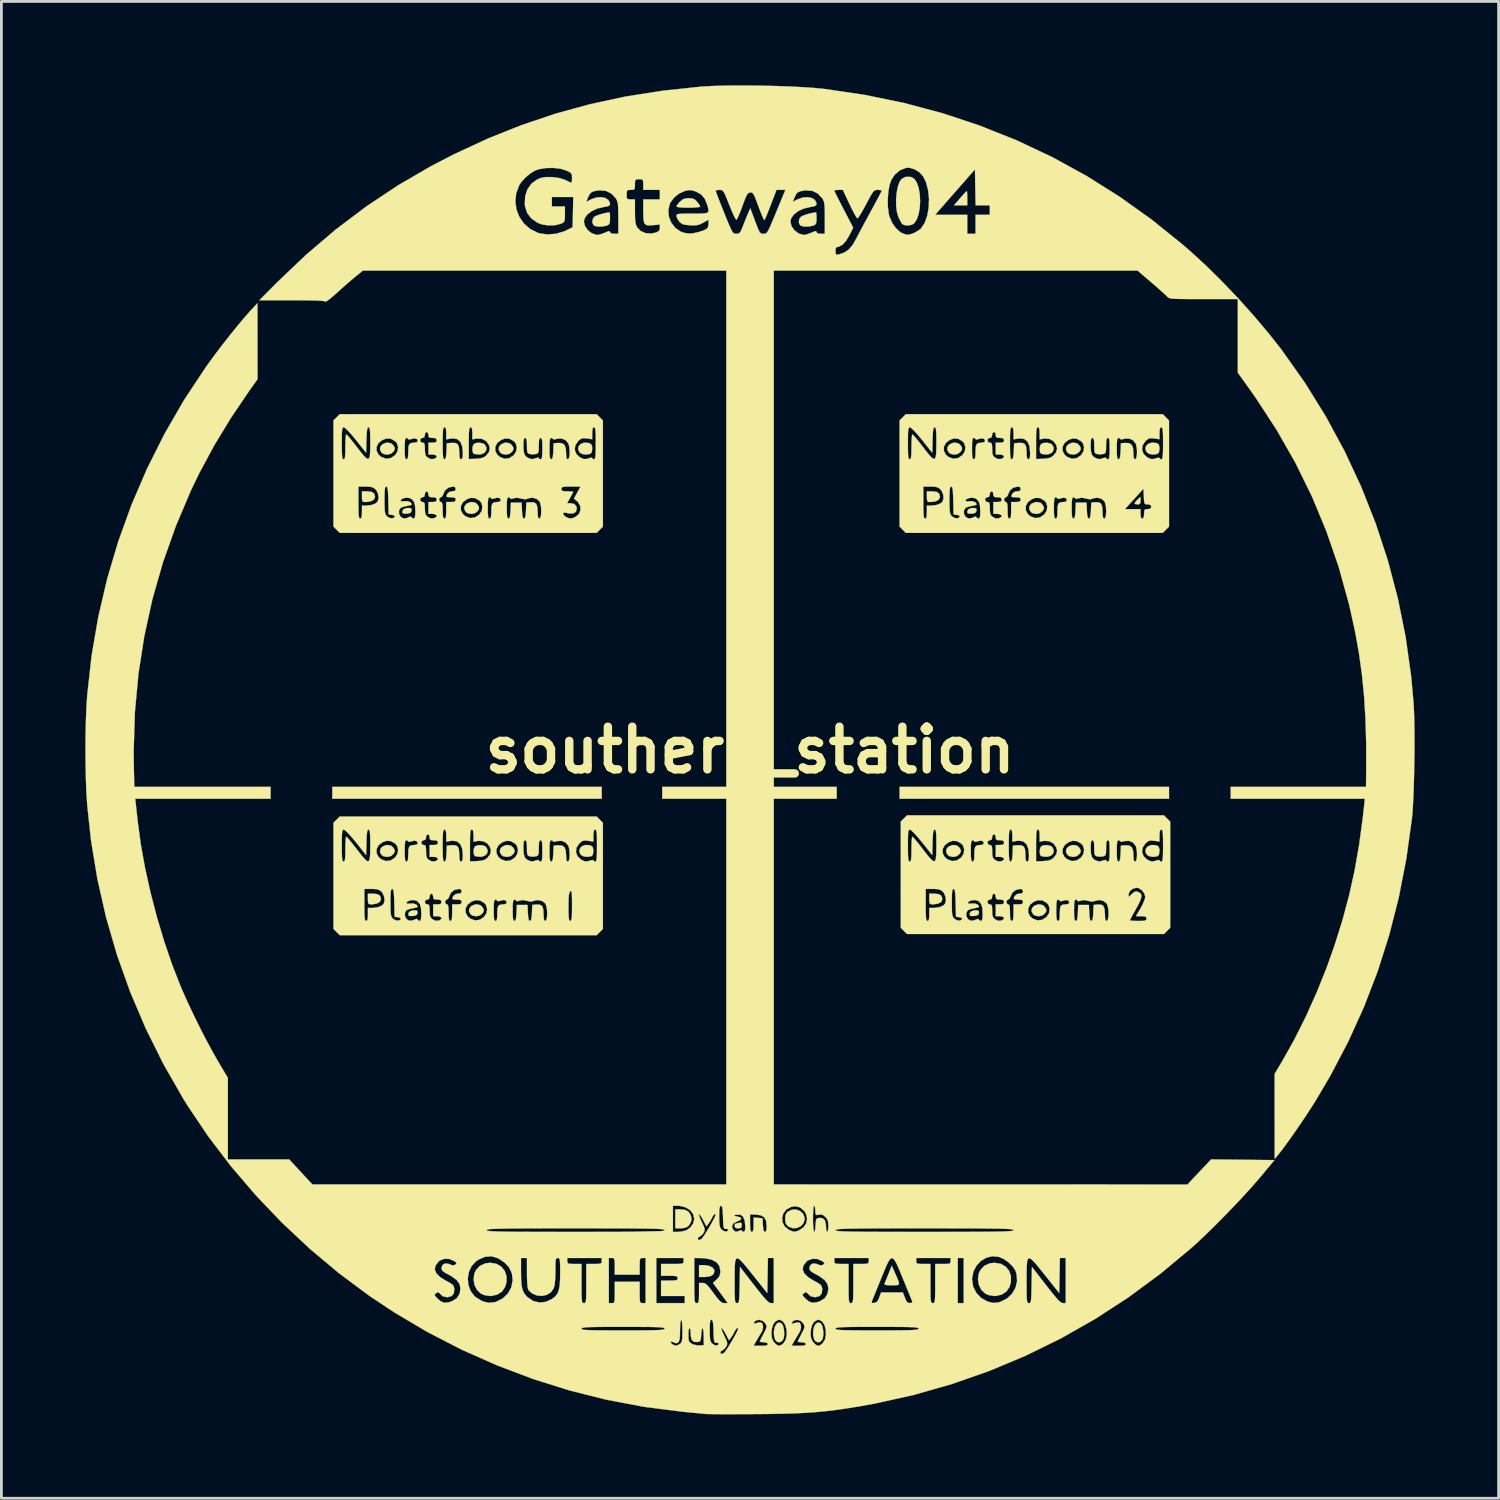
<source format=kicad_pcb>
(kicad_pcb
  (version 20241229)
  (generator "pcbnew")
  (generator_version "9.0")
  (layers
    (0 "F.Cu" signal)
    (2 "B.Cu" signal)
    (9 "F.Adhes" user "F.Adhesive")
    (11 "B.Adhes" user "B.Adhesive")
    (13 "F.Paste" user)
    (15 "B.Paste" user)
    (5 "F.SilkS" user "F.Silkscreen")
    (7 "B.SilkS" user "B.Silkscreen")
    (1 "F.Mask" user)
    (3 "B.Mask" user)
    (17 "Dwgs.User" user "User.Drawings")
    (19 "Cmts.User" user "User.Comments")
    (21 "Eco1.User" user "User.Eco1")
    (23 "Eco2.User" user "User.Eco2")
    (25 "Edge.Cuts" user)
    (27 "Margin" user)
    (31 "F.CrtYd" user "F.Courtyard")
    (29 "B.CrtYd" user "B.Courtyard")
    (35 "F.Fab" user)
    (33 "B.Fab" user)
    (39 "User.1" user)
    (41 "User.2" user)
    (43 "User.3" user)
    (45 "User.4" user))
  (footprint "southern_station"
    (layer "F.Cu")
    (at 23.749 23.749)
    (property "Reference" "southern_station" (at 0 0 0) (layer "F.SilkS") (effects (font (size 1.524 1.524) (thickness 0.3))))
    (attr through_hole)
    (fp_poly (pts (xy -5.301 1.739) (xy -14.926 1.739) (xy -14.926 1.315) (xy -5.301 1.315) (xy -5.301 1.739)) (stroke (width 0.01) (type solid)) (fill yes) (layer "F.SilkS"))
    (fp_poly (pts (xy 14.969 1.739) (xy 5.343 1.739) (xy 5.343 1.315) (xy 14.969 1.315) (xy 14.969 1.739)) (stroke (width 0.01) (type solid)) (fill yes) (layer "F.SilkS"))
    (fp_poly (pts (xy 7.752 -19.934) (xy 7.758 -19.834) (xy 7.76 -19.718) (xy 7.76 -19.463) (xy 7.285 -19.463) (xy 7.506 -19.718) (xy 7.611 -19.837) (xy 7.693 -19.926) (xy 7.739 -19.97) (xy 7.743 -19.972) (xy 7.752 -19.934)) (stroke (width 0.01) (type solid)) (fill yes) (layer "F.SilkS"))
    (fp_poly (pts (xy 13.951 -8.912) (xy 13.941 -8.818) (xy 13.898 -8.782) (xy 13.845 -8.778) (xy 13.765 -8.79) (xy 13.739 -8.813) (xy 13.767 -8.863) (xy 13.836 -8.938) (xy 13.845 -8.947) (xy 13.951 -9.047) (xy 13.951 -8.912)) (stroke (width 0.01) (type solid)) (fill yes) (layer "F.SilkS"))
    (fp_poly (pts (xy -1.476 18.426) (xy -1.349 18.485) (xy -1.279 18.572) (xy -1.272 18.615) (xy -1.309 18.729) (xy -1.417 18.8) (xy -1.594 18.827) (xy -1.614 18.827) (xy -1.823 18.827) (xy -1.823 18.403) (xy -1.642 18.403) (xy -1.476 18.426)) (stroke (width 0.01) (type solid)) (fill yes) (layer "F.SilkS"))
    (fp_poly (pts (xy -12.107 -8.636) (xy -12.09 -8.576) (xy -12.093 -8.555) (xy -12.12 -8.488) (xy -12.192 -8.456) (xy -12.265 -8.446) (xy -12.371 -8.445) (xy -12.416 -8.47) (xy -12.424 -8.516) (xy -12.389 -8.6) (xy -12.283 -8.644) (xy -12.185 -8.65) (xy -12.107 -8.636)) (stroke (width 0.01) (type solid)) (fill yes) (layer "F.SilkS"))
    (fp_poly (pts (xy -11.895 5.739) (xy -11.878 5.798) (xy -11.881 5.82) (xy -11.908 5.887) (xy -11.98 5.919) (xy -12.053 5.929) (xy -12.159 5.93) (xy -12.204 5.905) (xy -12.212 5.859) (xy -12.177 5.775) (xy -12.071 5.731) (xy -11.973 5.725) (xy -11.895 5.739)) (stroke (width 0.01) (type solid)) (fill yes) (layer "F.SilkS"))
    (fp_poly (pts (xy 8.077 -8.636) (xy 8.094 -8.576) (xy 8.092 -8.555) (xy 8.064 -8.488) (xy 7.992 -8.456) (xy 7.919 -8.446) (xy 7.813 -8.445) (xy 7.768 -8.47) (xy 7.76 -8.516) (xy 7.795 -8.6) (xy 7.901 -8.644) (xy 8 -8.65) (xy 8.077 -8.636)) (stroke (width 0.01) (type solid)) (fill yes) (layer "F.SilkS"))
    (fp_poly (pts (xy 8.162 5.739) (xy 8.179 5.798) (xy 8.176 5.82) (xy 8.149 5.887) (xy 8.077 5.919) (xy 8.004 5.929) (xy 7.898 5.93) (xy 7.853 5.905) (xy 7.845 5.859) (xy 7.88 5.775) (xy 7.986 5.731) (xy 8.084 5.725) (xy 8.162 5.739)) (stroke (width 0.01) (type solid)) (fill yes) (layer "F.SilkS"))
    (fp_poly (pts (xy -0.298 16.936) (xy -0.297 16.978) (xy -0.31 17.057) (xy -0.365 17.086) (xy -0.424 17.089) (xy -0.517 17.075) (xy -0.55 17.026) (xy -0.551 17.004) (xy -0.538 16.935) (xy -0.519 16.919) (xy -0.457 16.908) (xy -0.392 16.892) (xy -0.322 16.887) (xy -0.298 16.936)) (stroke (width 0.01) (type solid)) (fill yes) (layer "F.SilkS"))
    (fp_poly (pts (xy -13.524 -9.226) (xy -13.432 -9.167) (xy -13.4 -9.06) (xy -13.4 -9.044) (xy -13.438 -8.952) (xy -13.547 -8.889) (xy -13.713 -8.863) (xy -13.742 -8.862) (xy -13.818 -8.868) (xy -13.854 -8.901) (xy -13.865 -8.983) (xy -13.866 -9.053) (xy -13.866 -9.244) (xy -13.684 -9.244) (xy -13.524 -9.226)) (stroke (width 0.01) (type solid)) (fill yes) (layer "F.SilkS"))
    (fp_poly (pts (xy -13.312 5.149) (xy -13.22 5.208) (xy -13.188 5.315) (xy -13.188 5.331) (xy -13.226 5.423) (xy -13.335 5.486) (xy -13.501 5.512) (xy -13.53 5.513) (xy -13.606 5.507) (xy -13.642 5.474) (xy -13.653 5.392) (xy -13.654 5.322) (xy -13.654 5.131) (xy -13.472 5.131) (xy -13.312 5.149)) (stroke (width 0.01) (type solid)) (fill yes) (layer "F.SilkS"))
    (fp_poly (pts (xy -12.815 -10.954) (xy -12.739 -10.877) (xy -12.694 -10.794) (xy -12.701 -10.728) (xy -12.739 -10.665) (xy -12.836 -10.585) (xy -12.968 -10.556) (xy -13.099 -10.581) (xy -13.163 -10.625) (xy -13.223 -10.73) (xy -13.21 -10.836) (xy -13.137 -10.923) (xy -13.016 -10.976) (xy -12.941 -10.983) (xy -12.815 -10.954)) (stroke (width 0.01) (type solid)) (fill yes) (layer "F.SilkS"))
    (fp_poly (pts (xy -12.815 3.421) (xy -12.739 3.498) (xy -12.694 3.581) (xy -12.701 3.647) (xy -12.739 3.71) (xy -12.836 3.79) (xy -12.968 3.819) (xy -13.099 3.794) (xy -13.163 3.75) (xy -13.223 3.645) (xy -13.21 3.539) (xy -13.137 3.452) (xy -13.016 3.399) (xy -12.941 3.392) (xy -12.815 3.421)) (stroke (width 0.01) (type solid)) (fill yes) (layer "F.SilkS"))
    (fp_poly (pts (xy -9.804 -8.834) (xy -9.728 -8.756) (xy -9.683 -8.673) (xy -9.69 -8.608) (xy -9.728 -8.544) (xy -9.825 -8.465) (xy -9.957 -8.436) (xy -10.088 -8.461) (xy -10.153 -8.505) (xy -10.212 -8.61) (xy -10.199 -8.715) (xy -10.127 -8.803) (xy -10.005 -8.855) (xy -9.931 -8.862) (xy -9.804 -8.834)) (stroke (width 0.01) (type solid)) (fill yes) (layer "F.SilkS"))
    (fp_poly (pts (xy -9.635 5.541) (xy -9.558 5.619) (xy -9.513 5.702) (xy -9.521 5.767) (xy -9.558 5.831) (xy -9.655 5.91) (xy -9.787 5.939) (xy -9.918 5.914) (xy -9.983 5.87) (xy -10.042 5.765) (xy -10.03 5.66) (xy -9.957 5.572) (xy -9.835 5.52) (xy -9.761 5.513) (xy -9.635 5.541)) (stroke (width 0.01) (type solid)) (fill yes) (layer "F.SilkS"))
    (fp_poly (pts (xy -8.575 -10.954) (xy -8.498 -10.877) (xy -8.453 -10.794) (xy -8.46 -10.728) (xy -8.498 -10.665) (xy -8.595 -10.585) (xy -8.727 -10.556) (xy -8.858 -10.581) (xy -8.923 -10.625) (xy -8.982 -10.73) (xy -8.97 -10.836) (xy -8.897 -10.923) (xy -8.775 -10.976) (xy -8.701 -10.983) (xy -8.575 -10.954)) (stroke (width 0.01) (type solid)) (fill yes) (layer "F.SilkS"))
    (fp_poly (pts (xy -8.532 3.421) (xy -8.456 3.498) (xy -8.411 3.581) (xy -8.418 3.647) (xy -8.456 3.71) (xy -8.553 3.79) (xy -8.685 3.819) (xy -8.816 3.794) (xy -8.881 3.75) (xy -8.94 3.645) (xy -8.927 3.539) (xy -8.855 3.452) (xy -8.733 3.399) (xy -8.659 3.392) (xy -8.532 3.421)) (stroke (width 0.01) (type solid)) (fill yes) (layer "F.SilkS"))
    (fp_poly (pts (xy -5.751 -10.97) (xy -5.672 -10.924) (xy -5.642 -10.83) (xy -5.64 -10.771) (xy -5.658 -10.639) (xy -5.707 -10.584) (xy -5.844 -10.559) (xy -5.982 -10.574) (xy -6.082 -10.625) (xy -6.142 -10.732) (xy -6.132 -10.841) (xy -6.062 -10.93) (xy -5.943 -10.979) (xy -5.895 -10.983) (xy -5.751 -10.97)) (stroke (width 0.01) (type solid)) (fill yes) (layer "F.SilkS"))
    (fp_poly (pts (xy -5.708 3.404) (xy -5.63 3.45) (xy -5.6 3.545) (xy -5.597 3.604) (xy -5.616 3.736) (xy -5.664 3.791) (xy -5.801 3.816) (xy -5.94 3.801) (xy -6.04 3.75) (xy -6.1 3.643) (xy -6.09 3.534) (xy -6.019 3.445) (xy -5.9 3.396) (xy -5.852 3.392) (xy -5.708 3.404)) (stroke (width 0.01) (type solid)) (fill yes) (layer "F.SilkS"))
    (fp_poly (pts (xy -2.324 16.428) (xy -2.208 16.487) (xy -2.13 16.599) (xy -2.121 16.621) (xy -2.089 16.739) (xy -2.11 16.852) (xy -2.121 16.878) (xy -2.195 17) (xy -2.304 17.066) (xy -2.469 17.088) (xy -2.499 17.089) (xy -2.671 17.089) (xy -2.671 16.41) (xy -2.499 16.41) (xy -2.324 16.428)) (stroke (width 0.01) (type solid)) (fill yes) (layer "F.SilkS"))
    (fp_poly (pts (xy 6.66 -9.226) (xy 6.752 -9.167) (xy 6.784 -9.06) (xy 6.785 -9.044) (xy 6.746 -8.952) (xy 6.637 -8.889) (xy 6.471 -8.863) (xy 6.443 -8.862) (xy 6.366 -8.868) (xy 6.33 -8.901) (xy 6.319 -8.983) (xy 6.318 -9.053) (xy 6.318 -9.244) (xy 6.501 -9.244) (xy 6.66 -9.226)) (stroke (width 0.01) (type solid)) (fill yes) (layer "F.SilkS"))
    (fp_poly (pts (xy 6.745 5.149) (xy 6.837 5.208) (xy 6.869 5.315) (xy 6.869 5.331) (xy 6.831 5.423) (xy 6.722 5.486) (xy 6.556 5.512) (xy 6.527 5.513) (xy 6.451 5.507) (xy 6.415 5.474) (xy 6.404 5.392) (xy 6.403 5.322) (xy 6.403 5.131) (xy 6.585 5.131) (xy 6.745 5.149)) (stroke (width 0.01) (type solid)) (fill yes) (layer "F.SilkS"))
    (fp_poly (pts (xy 7.412 3.421) (xy 7.488 3.498) (xy 7.533 3.581) (xy 7.526 3.647) (xy 7.488 3.71) (xy 7.391 3.79) (xy 7.259 3.819) (xy 7.128 3.794) (xy 7.063 3.75) (xy 7.004 3.645) (xy 7.017 3.539) (xy 7.089 3.452) (xy 7.211 3.399) (xy 7.285 3.392) (xy 7.412 3.421)) (stroke (width 0.01) (type solid)) (fill yes) (layer "F.SilkS"))
    (fp_poly (pts (xy 7.454 -10.954) (xy 7.531 -10.877) (xy 7.575 -10.794) (xy 7.568 -10.728) (xy 7.531 -10.665) (xy 7.433 -10.585) (xy 7.302 -10.556) (xy 7.171 -10.581) (xy 7.106 -10.625) (xy 7.047 -10.73) (xy 7.059 -10.836) (xy 7.132 -10.923) (xy 7.254 -10.976) (xy 7.328 -10.983) (xy 7.454 -10.954)) (stroke (width 0.01) (type solid)) (fill yes) (layer "F.SilkS"))
    (fp_poly (pts (xy 10.38 -8.834) (xy 10.456 -8.756) (xy 10.501 -8.673) (xy 10.494 -8.608) (xy 10.456 -8.544) (xy 10.359 -8.465) (xy 10.227 -8.436) (xy 10.096 -8.461) (xy 10.032 -8.505) (xy 9.972 -8.61) (xy 9.985 -8.715) (xy 10.058 -8.803) (xy 10.179 -8.855) (xy 10.254 -8.862) (xy 10.38 -8.834)) (stroke (width 0.01) (type solid)) (fill yes) (layer "F.SilkS"))
    (fp_poly (pts (xy 10.465 5.541) (xy 10.541 5.619) (xy 10.586 5.702) (xy 10.579 5.767) (xy 10.541 5.831) (xy 10.444 5.91) (xy 10.312 5.939) (xy 10.181 5.914) (xy 10.116 5.87) (xy 10.057 5.765) (xy 10.07 5.66) (xy 10.142 5.572) (xy 10.264 5.52) (xy 10.338 5.513) (xy 10.465 5.541)) (stroke (width 0.01) (type solid)) (fill yes) (layer "F.SilkS"))
    (fp_poly (pts (xy 11.694 -10.954) (xy 11.771 -10.877) (xy 11.816 -10.794) (xy 11.809 -10.728) (xy 11.771 -10.665) (xy 11.674 -10.585) (xy 11.542 -10.556) (xy 11.411 -10.581) (xy 11.346 -10.625) (xy 11.287 -10.73) (xy 11.299 -10.836) (xy 11.372 -10.923) (xy 11.494 -10.976) (xy 11.568 -10.983) (xy 11.694 -10.954)) (stroke (width 0.01) (type solid)) (fill yes) (layer "F.SilkS"))
    (fp_poly (pts (xy 11.694 3.421) (xy 11.771 3.498) (xy 11.816 3.581) (xy 11.809 3.647) (xy 11.771 3.71) (xy 11.674 3.79) (xy 11.542 3.819) (xy 11.411 3.794) (xy 11.346 3.75) (xy 11.287 3.645) (xy 11.299 3.539) (xy 11.372 3.452) (xy 11.494 3.399) (xy 11.568 3.392) (xy 11.694 3.421)) (stroke (width 0.01) (type solid)) (fill yes) (layer "F.SilkS"))
    (fp_poly (pts (xy 14.518 -10.97) (xy 14.597 -10.924) (xy 14.627 -10.83) (xy 14.629 -10.771) (xy 14.611 -10.639) (xy 14.562 -10.584) (xy 14.426 -10.559) (xy 14.287 -10.574) (xy 14.187 -10.625) (xy 14.127 -10.732) (xy 14.137 -10.841) (xy 14.207 -10.93) (xy 14.326 -10.979) (xy 14.375 -10.983) (xy 14.518 -10.97)) (stroke (width 0.01) (type solid)) (fill yes) (layer "F.SilkS"))
    (fp_poly (pts (xy 14.518 3.404) (xy 14.597 3.45) (xy 14.627 3.545) (xy 14.629 3.604) (xy 14.611 3.736) (xy 14.562 3.791) (xy 14.426 3.816) (xy 14.287 3.801) (xy 14.187 3.75) (xy 14.127 3.643) (xy 14.137 3.534) (xy 14.207 3.445) (xy 14.326 3.396) (xy 14.375 3.392) (xy 14.518 3.404)) (stroke (width 0.01) (type solid)) (fill yes) (layer "F.SilkS"))
    (fp_poly (pts (xy -9.534 -10.951) (xy -9.48 -10.916) (xy -9.419 -10.809) (xy -9.429 -10.702) (xy -9.499 -10.614) (xy -9.619 -10.566) (xy -9.682 -10.562) (xy -9.794 -10.571) (xy -9.87 -10.587) (xy -9.907 -10.641) (xy -9.921 -10.741) (xy -9.91 -10.849) (xy -9.875 -10.929) (xy -9.872 -10.932) (xy -9.781 -10.973) (xy -9.654 -10.979) (xy -9.534 -10.951)) (stroke (width 0.01) (type solid)) (fill yes) (layer "F.SilkS"))
    (fp_poly (pts (xy -9.492 3.424) (xy -9.438 3.459) (xy -9.376 3.566) (xy -9.386 3.673) (xy -9.457 3.761) (xy -9.577 3.809) (xy -9.639 3.813) (xy -9.751 3.804) (xy -9.827 3.788) (xy -9.865 3.734) (xy -9.879 3.634) (xy -9.868 3.526) (xy -9.832 3.446) (xy -9.829 3.443) (xy -9.738 3.402) (xy -9.612 3.396) (xy -9.492 3.424)) (stroke (width 0.01) (type solid)) (fill yes) (layer "F.SilkS"))
    (fp_poly (pts (xy 1.092 20.464) (xy 1.136 20.496) (xy 1.185 20.59) (xy 1.214 20.733) (xy 1.22 20.889) (xy 1.198 21.026) (xy 1.192 21.043) (xy 1.123 21.136) (xy 1.029 21.165) (xy 0.94 21.127) (xy 0.889 21.051) (xy 0.854 20.898) (xy 0.854 20.747) (xy 0.885 20.613) (xy 0.94 20.511) (xy 1.011 20.456) (xy 1.092 20.464)) (stroke (width 0.01) (type solid)) (fill yes) (layer "F.SilkS"))
    (fp_poly (pts (xy 2.492 20.464) (xy 2.535 20.496) (xy 2.584 20.59) (xy 2.613 20.733) (xy 2.619 20.889) (xy 2.597 21.026) (xy 2.591 21.043) (xy 2.522 21.136) (xy 2.429 21.165) (xy 2.339 21.127) (xy 2.289 21.051) (xy 2.253 20.898) (xy 2.254 20.747) (xy 2.285 20.613) (xy 2.339 20.511) (xy 2.41 20.456) (xy 2.492 20.464)) (stroke (width 0.01) (type solid)) (fill yes) (layer "F.SilkS"))
    (fp_poly (pts (xy 10.735 -10.951) (xy 10.789 -10.916) (xy 10.85 -10.809) (xy 10.84 -10.702) (xy 10.77 -10.614) (xy 10.65 -10.566) (xy 10.587 -10.562) (xy 10.476 -10.571) (xy 10.4 -10.587) (xy 10.362 -10.641) (xy 10.348 -10.741) (xy 10.359 -10.849) (xy 10.395 -10.929) (xy 10.397 -10.932) (xy 10.489 -10.973) (xy 10.615 -10.979) (xy 10.735 -10.951)) (stroke (width 0.01) (type solid)) (fill yes) (layer "F.SilkS"))
    (fp_poly (pts (xy 10.735 3.424) (xy 10.789 3.459) (xy 10.85 3.566) (xy 10.84 3.673) (xy 10.77 3.761) (xy 10.65 3.809) (xy 10.587 3.813) (xy 10.476 3.804) (xy 10.4 3.788) (xy 10.362 3.734) (xy 10.348 3.634) (xy 10.359 3.526) (xy 10.395 3.446) (xy 10.397 3.443) (xy 10.489 3.402) (xy 10.615 3.396) (xy 10.735 3.424)) (stroke (width 0.01) (type solid)) (fill yes) (layer "F.SilkS"))
    (fp_poly (pts (xy 5.176 18.68) (xy 5.262 18.872) (xy 5.311 18.999) (xy 5.322 19.074) (xy 5.29 19.111) (xy 5.212 19.123) (xy 5.085 19.124) (xy 5.066 19.124) (xy 4.908 19.12) (xy 4.823 19.105) (xy 4.802 19.077) (xy 4.804 19.071) (xy 4.829 19.008) (xy 4.876 18.89) (xy 4.936 18.741) (xy 4.944 18.722) (xy 5.063 18.426) (xy 5.176 18.68)) (stroke (width 0.01) (type solid)) (fill yes) (layer "F.SilkS"))
    (fp_poly (pts (xy 1.787 16.47) (xy 1.894 16.57) (xy 1.948 16.709) (xy 1.951 16.75) (xy 1.914 16.897) (xy 1.818 17.008) (xy 1.684 17.074) (xy 1.533 17.085) (xy 1.386 17.033) (xy 1.352 17.009) (xy 1.282 16.925) (xy 1.255 16.806) (xy 1.253 16.75) (xy 1.268 16.611) (xy 1.322 16.518) (xy 1.352 16.491) (xy 1.495 16.421) (xy 1.647 16.417) (xy 1.787 16.47)) (stroke (width 0.01) (type solid)) (fill yes) (layer "F.SilkS"))
    (fp_poly (pts (xy -5.01 -19.171) (xy -5.005 -19.073) (xy -5.004 -18.996) (xy -5.009 -18.866) (xy -5.031 -18.794) (xy -5.082 -18.754) (xy -5.112 -18.742) (xy -5.247 -18.71) (xy -5.394 -18.702) (xy -5.521 -18.718) (xy -5.589 -18.751) (xy -5.636 -18.851) (xy -5.621 -18.968) (xy -5.563 -19.054) (xy -5.488 -19.093) (xy -5.362 -19.138) (xy -5.216 -19.178) (xy -5.083 -19.204) (xy -5.019 -19.209) (xy -5.01 -19.171)) (stroke (width 0.01) (type solid)) (fill yes) (layer "F.SilkS"))
    (fp_poly (pts (xy 2.368 -19.171) (xy 2.374 -19.073) (xy 2.375 -18.996) (xy 2.37 -18.866) (xy 2.347 -18.794) (xy 2.296 -18.754) (xy 2.266 -18.742) (xy 2.132 -18.71) (xy 1.985 -18.702) (xy 1.858 -18.718) (xy 1.789 -18.751) (xy 1.742 -18.851) (xy 1.757 -18.968) (xy 1.816 -19.054) (xy 1.89 -19.093) (xy 2.016 -19.138) (xy 2.162 -19.178) (xy 2.296 -19.204) (xy 2.359 -19.209) (xy 2.368 -19.171)) (stroke (width 0.01) (type solid)) (fill yes) (layer "F.SilkS"))
    (fp_poly (pts (xy -9.066 18.355) (xy -8.89 18.455) (xy -8.766 18.607) (xy -8.701 18.797) (xy -8.703 19.014) (xy -8.754 19.188) (xy -8.864 19.347) (xy -9.031 19.455) (xy -9.239 19.504) (xy -9.286 19.506) (xy -9.481 19.478) (xy -9.618 19.42) (xy -9.756 19.289) (xy -9.845 19.111) (xy -9.878 18.909) (xy -9.851 18.708) (xy -9.797 18.586) (xy -9.655 18.431) (xy -9.464 18.341) (xy -9.286 18.319) (xy -9.066 18.355)) (stroke (width 0.01) (type solid)) (fill yes) (layer "F.SilkS"))
    (fp_poly (pts (xy -2.057 -19.707) (xy -1.966 -19.664) (xy -1.891 -19.587) (xy -1.821 -19.496) (xy -1.783 -19.428) (xy -1.781 -19.418) (xy -1.82 -19.401) (xy -1.927 -19.388) (xy -2.082 -19.38) (xy -2.205 -19.379) (xy -2.422 -19.383) (xy -2.564 -19.396) (xy -2.626 -19.418) (xy -2.629 -19.424) (xy -2.601 -19.481) (xy -2.532 -19.566) (xy -2.505 -19.594) (xy -2.4 -19.678) (xy -2.285 -19.713) (xy -2.191 -19.718) (xy -2.057 -19.707)) (stroke (width 0.01) (type solid)) (fill yes) (layer "F.SilkS"))
    (fp_poly (pts (xy 8.955 18.355) (xy 9.132 18.455) (xy 9.256 18.607) (xy 9.321 18.797) (xy 9.319 19.014) (xy 9.268 19.188) (xy 9.158 19.347) (xy 8.991 19.455) (xy 8.783 19.504) (xy 8.735 19.506) (xy 8.541 19.478) (xy 8.404 19.42) (xy 8.265 19.289) (xy 8.177 19.111) (xy 8.143 18.909) (xy 8.17 18.708) (xy 8.225 18.586) (xy 8.366 18.431) (xy 8.558 18.341) (xy 8.735 18.319) (xy 8.955 18.355)) (stroke (width 0.01) (type solid)) (fill yes) (layer "F.SilkS"))
    (fp_poly (pts (xy 5.736 -20.478) (xy 5.772 -20.469) (xy 5.879 -20.4) (xy 5.963 -20.264) (xy 6.025 -20.079) (xy 6.063 -19.86) (xy 6.076 -19.623) (xy 6.064 -19.384) (xy 6.025 -19.159) (xy 5.958 -18.965) (xy 5.865 -18.819) (xy 5.775 -18.766) (xy 5.649 -18.744) (xy 5.524 -18.753) (xy 5.437 -18.795) (xy 5.434 -18.798) (xy 5.39 -18.868) (xy 5.331 -18.983) (xy 5.303 -19.042) (xy 5.248 -19.222) (xy 5.22 -19.442) (xy 5.218 -19.682) (xy 5.239 -19.92) (xy 5.283 -20.136) (xy 5.346 -20.309) (xy 5.417 -20.407) (xy 5.558 -20.48) (xy 5.736 -20.478)) (stroke (width 0.01) (type solid)) (fill yes) (layer "F.SilkS"))
    (fp_poly (pts (xy -5.258 2.598) (xy -5.258 6.391) (xy -5.37 6.503) (xy -5.482 6.615) (xy -14.66 6.615) (xy -14.772 6.503) (xy -14.884 6.391) (xy -14.884 4.961) (xy -13.781 4.961) (xy -13.781 5.534) (xy -13.78 5.768) (xy -13.775 5.93) (xy -13.765 6.032) (xy -13.749 6.087) (xy -13.725 6.106) (xy -13.718 6.106) (xy -13.679 6.085) (xy -13.66 6.012) (xy -13.654 5.873) (xy -13.654 5.64) (xy -13.482 5.64) (xy -13.3 5.617) (xy -13.157 5.557) (xy -13.093 5.496) (xy -13.079 5.449) (xy -12.848 5.449) (xy -12.847 5.663) (xy -12.841 5.81) (xy -12.827 5.906) (xy -12.804 5.97) (xy -12.768 6.017) (xy -12.761 6.024) (xy -12.667 6.082) (xy -12.568 6.095) (xy -12.494 6.062) (xy -12.478 6.035) (xy -12.502 5.994) (xy -12.581 5.971) (xy -12.7 5.958) (xy -12.703 5.819) (xy -12.331 5.819) (xy -12.329 5.937) (xy -12.273 6.04) (xy -12.171 6.1) (xy -12.05 6.086) (xy -11.989 6.058) (xy -11.914 6.03) (xy -11.882 6.058) (xy -11.832 6.102) (xy -11.806 6.106) (xy -11.771 6.083) (xy -11.752 6.005) (xy -11.746 5.857) (xy -11.746 5.849) (xy -11.757 5.646) (xy -11.795 5.508) (xy -11.859 5.428) (xy -11.619 5.428) (xy -11.589 5.499) (xy -11.534 5.513) (xy -11.485 5.523) (xy -11.459 5.567) (xy -11.45 5.665) (xy -11.449 5.743) (xy -11.443 5.888) (xy -11.417 5.975) (xy -11.365 6.033) (xy -11.355 6.04) (xy -11.242 6.099) (xy -11.135 6.095) (xy -11.092 6.08) (xy -11.026 6.033) (xy -11.032 5.981) (xy -11.101 5.945) (xy -11.173 5.937) (xy -11.322 5.937) (xy -11.322 5.513) (xy -11.173 5.513) (xy -11.071 5.503) (xy -11.03 5.466) (xy -11.025 5.428) (xy -10.898 5.428) (xy -10.871 5.497) (xy -10.834 5.513) (xy -10.8 5.53) (xy -10.78 5.593) (xy -10.772 5.716) (xy -10.771 5.809) (xy -10.767 5.971) (xy -10.753 6.063) (xy -10.727 6.102) (xy -10.707 6.106) (xy -10.672 6.089) (xy -10.653 6.026) (xy -10.644 5.902) (xy -10.643 5.809) (xy -10.643 5.802) (xy -10.164 5.802) (xy -10.095 5.939) (xy -9.996 6.024) (xy -9.827 6.086) (xy -9.66 6.065) (xy -9.504 5.962) (xy -9.501 5.958) (xy -9.417 5.826) (xy -9.401 5.725) (xy -9.159 5.725) (xy -9.157 5.911) (xy -9.148 6.027) (xy -9.13 6.087) (xy -9.1 6.106) (xy -9.096 6.106) (xy -9.06 6.088) (xy -9.04 6.021) (xy -9.032 5.891) (xy -9.032 5.835) (xy -9.028 5.725) (xy -8.481 5.725) (xy -8.478 5.912) (xy -8.469 6.029) (xy -8.45 6.089) (xy -8.42 6.106) (xy -8.419 6.106) (xy -8.383 6.084) (xy -8.361 6.007) (xy -8.347 5.863) (xy -8.345 5.82) (xy -8.332 5.534) (xy -7.951 5.534) (xy -7.938 5.82) (xy -7.926 5.983) (xy -7.905 6.074) (xy -7.871 6.106) (xy -7.866 6.106) (xy -7.831 6.081) (xy -7.808 5.998) (xy -7.795 5.845) (xy -7.794 5.82) (xy -7.781 5.534) (xy -7.641 5.52) (xy -7.511 5.524) (xy -7.431 5.573) (xy -7.39 5.68) (xy -7.378 5.857) (xy -7.378 5.857) (xy -7.373 6.003) (xy -7.355 6.081) (xy -7.32 6.106) (xy -7.315 6.106) (xy -7.277 6.069) (xy -7.255 5.972) (xy -7.248 5.84) (xy -7.256 5.698) (xy -7.273 5.603) (xy -6.488 5.603) (xy -6.486 5.821) (xy -6.48 5.967) (xy -6.468 6.055) (xy -6.449 6.097) (xy -6.424 6.106) (xy -6.398 6.094) (xy -6.38 6.049) (xy -6.368 5.959) (xy -6.363 5.81) (xy -6.361 5.592) (xy -6.361 5.55) (xy -6.362 5.324) (xy -6.366 5.171) (xy -6.374 5.08) (xy -6.388 5.039) (xy -6.41 5.036) (xy -6.424 5.046) (xy -6.453 5.088) (xy -6.472 5.168) (xy -6.483 5.299) (xy -6.487 5.495) (xy -6.488 5.603) (xy -7.273 5.603) (xy -7.278 5.571) (xy -7.315 5.483) (xy -7.422 5.396) (xy -7.564 5.358) (xy -7.703 5.379) (xy -7.721 5.387) (xy -7.815 5.416) (xy -7.93 5.399) (xy -7.967 5.387) (xy -8.122 5.358) (xy -8.237 5.381) (xy -8.326 5.403) (xy -8.354 5.384) (xy -8.388 5.348) (xy -8.417 5.343) (xy -8.448 5.358) (xy -8.468 5.412) (xy -8.478 5.52) (xy -8.481 5.697) (xy -8.481 5.725) (xy -9.028 5.725) (xy -9.026 5.671) (xy -8.999 5.574) (xy -8.938 5.527) (xy -8.832 5.513) (xy -8.795 5.513) (xy -8.712 5.489) (xy -8.693 5.448) (xy -8.725 5.376) (xy -8.815 5.357) (xy -8.919 5.383) (xy -9.007 5.404) (xy -9.032 5.384) (xy -9.066 5.348) (xy -9.096 5.343) (xy -9.127 5.358) (xy -9.146 5.412) (xy -9.156 5.52) (xy -9.159 5.697) (xy -9.159 5.725) (xy -9.401 5.725) (xy -9.394 5.676) (xy -9.433 5.538) (xy -9.495 5.464) (xy -9.652 5.373) (xy -9.809 5.363) (xy -9.951 5.413) (xy -10.09 5.52) (xy -10.162 5.656) (xy -10.164 5.802) (xy -10.643 5.802) (xy -10.643 5.513) (xy -10.474 5.513) (xy -10.363 5.505) (xy -10.314 5.477) (xy -10.304 5.428) (xy -10.318 5.372) (xy -10.376 5.348) (xy -10.474 5.343) (xy -10.59 5.339) (xy -10.635 5.316) (xy -10.624 5.261) (xy -10.6 5.213) (xy -10.517 5.145) (xy -10.43 5.131) (xy -10.337 5.117) (xy -10.305 5.067) (xy -10.304 5.046) (xy -10.332 4.977) (xy -10.4 4.962) (xy -10.564 4.998) (xy -10.685 5.096) (xy -10.737 5.205) (xy -10.779 5.3) (xy -10.831 5.343) (xy -10.835 5.343) (xy -10.886 5.378) (xy -10.898 5.428) (xy -11.025 5.428) (xy -11.042 5.369) (xy -11.106 5.346) (xy -11.173 5.343) (xy -11.274 5.335) (xy -11.315 5.299) (xy -11.322 5.237) (xy -11.344 5.152) (xy -11.385 5.131) (xy -11.437 5.168) (xy -11.449 5.237) (xy -11.469 5.32) (xy -11.534 5.343) (xy -11.605 5.373) (xy -11.619 5.428) (xy -11.859 5.428) (xy -11.867 5.417) (xy -11.919 5.383) (xy -12.023 5.358) (xy -12.141 5.369) (xy -12.237 5.409) (xy -12.27 5.448) (xy -12.266 5.485) (xy -12.203 5.49) (xy -12.147 5.483) (xy -12.02 5.484) (xy -11.921 5.522) (xy -11.874 5.587) (xy -11.873 5.597) (xy -11.911 5.622) (xy -12.005 5.645) (xy -12.044 5.652) (xy -12.17 5.679) (xy -12.264 5.717) (xy -12.278 5.726) (xy -12.331 5.819) (xy -12.703 5.819) (xy -12.712 5.46) (xy -12.719 5.241) (xy -12.729 5.095) (xy -12.744 5.008) (xy -12.766 4.968) (xy -12.786 4.961) (xy -12.814 4.975) (xy -12.832 5.026) (xy -12.843 5.126) (xy -12.848 5.288) (xy -12.848 5.449) (xy -13.079 5.449) (xy -13.058 5.378) (xy -13.074 5.235) (xy -13.133 5.103) (xy -13.165 5.065) (xy -13.24 5.005) (xy -13.329 4.973) (xy -13.461 4.962) (xy -13.525 4.961) (xy -13.781 4.961) (xy -14.884 4.961) (xy -14.884 3.414) (xy -14.587 3.414) (xy -14.586 3.648) (xy -14.581 3.81) (xy -14.571 3.912) (xy -14.555 3.966) (xy -14.531 3.985) (xy -14.523 3.986) (xy -14.494 3.972) (xy -14.475 3.922) (xy -14.465 3.822) (xy -14.46 3.658) (xy -14.46 3.541) (xy -14.457 3.358) (xy -14.449 3.212) (xy -14.437 3.119) (xy -14.427 3.095) (xy -14.39 3.127) (xy -14.313 3.215) (xy -14.207 3.345) (xy -14.082 3.505) (xy -14.056 3.539) (xy -13.889 3.753) (xy -13.766 3.897) (xy -13.679 3.969) (xy -13.622 3.967) (xy -13.589 3.889) (xy -13.574 3.734) (xy -13.573 3.681) (xy -13.345 3.681) (xy -13.276 3.818) (xy -13.176 3.904) (xy -13.007 3.966) (xy -12.84 3.945) (xy -12.685 3.841) (xy -12.681 3.838) (xy -12.597 3.705) (xy -12.582 3.604) (xy -12.34 3.604) (xy -12.337 3.791) (xy -12.328 3.906) (xy -12.31 3.967) (xy -12.281 3.986) (xy -12.276 3.986) (xy -12.24 3.967) (xy -12.22 3.901) (xy -12.213 3.771) (xy -12.212 3.715) (xy -12.206 3.551) (xy -12.179 3.454) (xy -12.119 3.407) (xy -12.012 3.393) (xy -11.976 3.392) (xy -11.893 3.369) (xy -11.873 3.327) (xy -11.882 3.308) (xy -11.746 3.308) (xy -11.716 3.378) (xy -11.661 3.392) (xy -11.612 3.403) (xy -11.586 3.447) (xy -11.577 3.545) (xy -11.576 3.623) (xy -11.57 3.767) (xy -11.545 3.855) (xy -11.492 3.913) (xy -11.482 3.92) (xy -11.369 3.978) (xy -11.262 3.975) (xy -11.219 3.96) (xy -11.153 3.912) (xy -11.159 3.861) (xy -11.228 3.824) (xy -11.301 3.816) (xy -11.449 3.816) (xy -11.449 3.414) (xy -10.983 3.414) (xy -10.981 3.649) (xy -10.976 3.812) (xy -10.966 3.915) (xy -10.949 3.968) (xy -10.925 3.986) (xy -10.921 3.986) (xy -10.885 3.964) (xy -10.862 3.887) (xy -10.849 3.743) (xy -10.847 3.7) (xy -10.834 3.414) (xy -10.672 3.4) (xy -10.533 3.403) (xy -10.447 3.447) (xy -10.403 3.547) (xy -10.389 3.715) (xy -10.389 3.737) (xy -10.384 3.883) (xy -10.366 3.96) (xy -10.331 3.986) (xy -10.325 3.986) (xy -10.287 3.965) (xy -10.267 3.891) (xy -10.262 3.755) (xy -10.285 3.52) (xy -10.332 3.41) (xy -10.007 3.41) (xy -10.007 3.978) (xy -9.752 3.967) (xy -9.585 3.952) (xy -9.473 3.917) (xy -9.392 3.859) (xy -9.286 3.727) (xy -9.276 3.681) (xy -9.062 3.681) (xy -8.993 3.818) (xy -8.893 3.904) (xy -8.724 3.966) (xy -8.557 3.945) (xy -8.402 3.841) (xy -8.398 3.838) (xy -8.314 3.705) (xy -8.292 3.556) (xy -8.304 3.513) (xy -8.099 3.513) (xy -8.089 3.702) (xy -8.054 3.827) (xy -7.985 3.907) (xy -7.887 3.956) (xy -7.807 3.979) (xy -7.738 3.973) (xy -7.657 3.945) (xy -7.57 3.925) (xy -7.548 3.945) (xy -7.514 3.981) (xy -7.484 3.986) (xy -7.453 3.971) (xy -7.434 3.917) (xy -7.424 3.809) (xy -7.421 3.632) (xy -7.421 3.604) (xy -7.166 3.604) (xy -7.164 3.792) (xy -7.154 3.908) (xy -7.136 3.968) (xy -7.106 3.986) (xy -7.105 3.986) (xy -7.069 3.964) (xy -7.046 3.887) (xy -7.033 3.743) (xy -7.03 3.7) (xy -7.018 3.414) (xy -6.864 3.401) (xy -6.722 3.41) (xy -6.631 3.472) (xy -6.584 3.596) (xy -6.573 3.756) (xy -6.567 3.895) (xy -6.546 3.967) (xy -6.509 3.986) (xy -6.472 3.948) (xy -6.45 3.852) (xy -6.443 3.721) (xy -6.448 3.646) (xy -6.221 3.646) (xy -6.166 3.793) (xy -6.038 3.914) (xy -6.017 3.927) (xy -5.905 3.976) (xy -5.805 3.976) (xy -5.706 3.945) (xy -5.62 3.925) (xy -5.597 3.945) (xy -5.563 3.981) (xy -5.534 3.986) (xy -5.508 3.974) (xy -5.49 3.929) (xy -5.478 3.84) (xy -5.472 3.694) (xy -5.47 3.478) (xy -5.47 3.414) (xy -5.471 3.179) (xy -5.476 3.017) (xy -5.486 2.915) (xy -5.503 2.861) (xy -5.527 2.842) (xy -5.534 2.841) (xy -5.574 2.864) (xy -5.593 2.941) (xy -5.597 3.056) (xy -5.597 3.27) (xy -5.787 3.242) (xy -5.912 3.23) (xy -5.996 3.251) (xy -6.08 3.318) (xy -6.105 3.342) (xy -6.202 3.489) (xy -6.221 3.646) (xy -6.448 3.646) (xy -6.453 3.581) (xy -6.479 3.457) (xy -6.493 3.418) (xy -6.588 3.304) (xy -6.728 3.244) (xy -6.886 3.251) (xy -6.911 3.258) (xy -7.004 3.28) (xy -7.039 3.263) (xy -7.039 3.263) (xy -7.073 3.227) (xy -7.103 3.223) (xy -7.134 3.238) (xy -7.153 3.292) (xy -7.163 3.4) (xy -7.166 3.577) (xy -7.166 3.604) (xy -7.421 3.604) (xy -7.423 3.418) (xy -7.432 3.302) (xy -7.45 3.242) (xy -7.48 3.223) (xy -7.484 3.223) (xy -7.52 3.241) (xy -7.54 3.307) (xy -7.547 3.436) (xy -7.548 3.498) (xy -7.55 3.647) (xy -7.562 3.732) (xy -7.592 3.775) (xy -7.646 3.797) (xy -7.654 3.799) (xy -7.782 3.81) (xy -7.866 3.799) (xy -7.923 3.778) (xy -7.955 3.739) (xy -7.969 3.659) (xy -7.972 3.518) (xy -7.972 3.498) (xy -7.976 3.343) (xy -7.991 3.257) (xy -8.021 3.225) (xy -8.036 3.223) (xy -8.07 3.24) (xy -8.09 3.304) (xy -8.098 3.429) (xy -8.099 3.513) (xy -8.304 3.513) (xy -8.331 3.418) (xy -8.393 3.344) (xy -8.549 3.253) (xy -8.706 3.243) (xy -8.848 3.293) (xy -8.988 3.4) (xy -9.06 3.536) (xy -9.062 3.681) (xy -9.276 3.681) (xy -9.257 3.596) (xy -9.289 3.472) (xy -9.387 3.336) (xy -9.536 3.256) (xy -9.712 3.244) (xy -9.733 3.247) (xy -9.88 3.275) (xy -9.88 3.058) (xy -9.887 2.923) (xy -9.909 2.856) (xy -9.944 2.841) (xy -9.97 2.853) (xy -9.988 2.898) (xy -9.999 2.987) (xy -10.005 3.134) (xy -10.007 3.35) (xy -10.007 3.41) (xy -10.332 3.41) (xy -10.355 3.355) (xy -10.471 3.261) (xy -10.635 3.238) (xy -10.711 3.248) (xy -10.855 3.275) (xy -10.855 3.058) (xy -10.862 2.923) (xy -10.885 2.856) (xy -10.919 2.841) (xy -10.945 2.853) (xy -10.963 2.898) (xy -10.974 2.987) (xy -10.98 3.133) (xy -10.983 3.349) (xy -10.983 3.414) (xy -11.449 3.414) (xy -11.449 3.392) (xy -11.301 3.392) (xy -11.198 3.383) (xy -11.157 3.346) (xy -11.152 3.308) (xy -11.169 3.249) (xy -11.234 3.225) (xy -11.301 3.223) (xy -11.401 3.215) (xy -11.442 3.179) (xy -11.449 3.117) (xy -11.471 3.031) (xy -11.513 3.011) (xy -11.564 3.048) (xy -11.576 3.117) (xy -11.596 3.2) (xy -11.661 3.223) (xy -11.732 3.253) (xy -11.746 3.308) (xy -11.882 3.308) (xy -11.906 3.256) (xy -11.995 3.237) (xy -12.099 3.262) (xy -12.187 3.283) (xy -12.212 3.264) (xy -12.247 3.227) (xy -12.276 3.223) (xy -12.307 3.238) (xy -12.326 3.292) (xy -12.336 3.4) (xy -12.34 3.577) (xy -12.34 3.604) (xy -12.582 3.604) (xy -12.574 3.556) (xy -12.614 3.418) (xy -12.676 3.344) (xy -12.832 3.253) (xy -12.989 3.243) (xy -13.131 3.293) (xy -13.271 3.4) (xy -13.342 3.536) (xy -13.345 3.681) (xy -13.573 3.681) (xy -13.569 3.501) (xy -13.569 3.414) (xy -13.571 3.178) (xy -13.576 3.015) (xy -13.586 2.913) (xy -13.602 2.859) (xy -13.627 2.841) (xy -13.631 2.841) (xy -13.66 2.857) (xy -13.68 2.913) (xy -13.694 3.022) (xy -13.703 3.197) (xy -13.706 3.297) (xy -13.718 3.753) (xy -14.078 3.299) (xy -14.221 3.126) (xy -14.347 2.985) (xy -14.446 2.888) (xy -14.507 2.844) (xy -14.513 2.843) (xy -14.543 2.85) (xy -14.563 2.879) (xy -14.576 2.945) (xy -14.584 3.06) (xy -14.587 3.238) (xy -14.587 3.414) (xy -14.884 3.414) (xy -14.884 2.598) (xy -14.66 2.375) (xy -5.482 2.375) (xy -5.258 2.598)) (stroke (width 0.01) (type solid)) (fill yes) (layer "F.SilkS"))
    (fp_poly (pts (xy 14.857 -11.889) (xy 14.969 -11.777) (xy 14.969 -7.984) (xy 14.857 -7.872) (xy 14.745 -7.76) (xy 5.566 -7.76) (xy 5.455 -7.872) (xy 5.343 -7.984) (xy 5.343 -9.414) (xy 6.191 -9.414) (xy 6.191 -8.841) (xy 6.192 -8.607) (xy 6.197 -8.445) (xy 6.207 -8.343) (xy 6.223 -8.288) (xy 6.247 -8.269) (xy 6.255 -8.269) (xy 6.293 -8.29) (xy 6.313 -8.363) (xy 6.318 -8.502) (xy 6.318 -8.735) (xy 6.491 -8.735) (xy 6.672 -8.758) (xy 6.815 -8.818) (xy 6.879 -8.879) (xy 6.893 -8.926) (xy 7.124 -8.926) (xy 7.125 -8.712) (xy 7.132 -8.565) (xy 7.145 -8.468) (xy 7.169 -8.405) (xy 7.205 -8.358) (xy 7.211 -8.351) (xy 7.305 -8.293) (xy 7.405 -8.28) (xy 7.479 -8.313) (xy 7.494 -8.34) (xy 7.47 -8.381) (xy 7.391 -8.404) (xy 7.272 -8.417) (xy 7.269 -8.556) (xy 7.641 -8.556) (xy 7.643 -8.438) (xy 7.699 -8.335) (xy 7.801 -8.275) (xy 7.923 -8.289) (xy 7.983 -8.317) (xy 8.058 -8.345) (xy 8.09 -8.317) (xy 8.141 -8.273) (xy 8.166 -8.269) (xy 8.202 -8.292) (xy 8.221 -8.37) (xy 8.226 -8.518) (xy 8.226 -8.526) (xy 8.215 -8.729) (xy 8.177 -8.867) (xy 8.113 -8.947) (xy 8.396 -8.947) (xy 8.426 -8.876) (xy 8.481 -8.862) (xy 8.53 -8.852) (xy 8.556 -8.808) (xy 8.565 -8.71) (xy 8.566 -8.632) (xy 8.572 -8.487) (xy 8.597 -8.4) (xy 8.65 -8.342) (xy 8.66 -8.335) (xy 8.773 -8.276) (xy 8.88 -8.28) (xy 8.923 -8.295) (xy 8.989 -8.342) (xy 8.982 -8.394) (xy 8.914 -8.43) (xy 8.841 -8.438) (xy 8.693 -8.438) (xy 8.693 -8.862) (xy 8.841 -8.862) (xy 8.944 -8.872) (xy 8.985 -8.909) (xy 8.99 -8.947) (xy 9.074 -8.947) (xy 9.101 -8.878) (xy 9.138 -8.862) (xy 9.173 -8.845) (xy 9.192 -8.782) (xy 9.201 -8.659) (xy 9.202 -8.566) (xy 9.205 -8.404) (xy 9.219 -8.312) (xy 9.245 -8.273) (xy 9.265 -8.269) (xy 9.3 -8.286) (xy 9.32 -8.349) (xy 9.328 -8.473) (xy 9.329 -8.566) (xy 9.329 -8.573) (xy 9.85 -8.573) (xy 9.919 -8.436) (xy 10.019 -8.351) (xy 10.188 -8.289) (xy 10.355 -8.31) (xy 10.51 -8.413) (xy 10.514 -8.417) (xy 10.598 -8.549) (xy 10.613 -8.65) (xy 10.855 -8.65) (xy 10.858 -8.464) (xy 10.867 -8.348) (xy 10.885 -8.288) (xy 10.914 -8.269) (xy 10.919 -8.269) (xy 10.955 -8.287) (xy 10.975 -8.354) (xy 10.982 -8.484) (xy 10.983 -8.54) (xy 10.987 -8.65) (xy 11.491 -8.65) (xy 11.494 -8.463) (xy 11.504 -8.346) (xy 11.522 -8.286) (xy 11.552 -8.269) (xy 11.553 -8.269) (xy 11.589 -8.291) (xy 11.612 -8.368) (xy 11.625 -8.512) (xy 11.627 -8.555) (xy 11.64 -8.841) (xy 12.022 -8.841) (xy 12.034 -8.555) (xy 12.046 -8.392) (xy 12.068 -8.301) (xy 12.101 -8.269) (xy 12.106 -8.269) (xy 12.142 -8.294) (xy 12.164 -8.377) (xy 12.177 -8.53) (xy 12.179 -8.555) (xy 12.191 -8.841) (xy 12.332 -8.855) (xy 12.461 -8.851) (xy 12.541 -8.802) (xy 12.582 -8.695) (xy 12.594 -8.518) (xy 12.594 -8.518) (xy 12.599 -8.372) (xy 12.617 -8.294) (xy 12.652 -8.269) (xy 12.658 -8.269) (xy 12.695 -8.306) (xy 12.717 -8.403) (xy 12.724 -8.535) (xy 12.72 -8.608) (xy 13.393 -8.608) (xy 13.951 -8.608) (xy 13.951 -8.438) (xy 13.961 -8.32) (xy 13.996 -8.272) (xy 14.015 -8.269) (xy 14.059 -8.297) (xy 14.077 -8.39) (xy 14.078 -8.438) (xy 14.083 -8.547) (xy 14.11 -8.596) (xy 14.178 -8.608) (xy 14.205 -8.608) (xy 14.298 -8.621) (xy 14.331 -8.671) (xy 14.333 -8.693) (xy 14.312 -8.755) (xy 14.237 -8.777) (xy 14.207 -8.778) (xy 14.14 -8.781) (xy 14.102 -8.804) (xy 14.082 -8.865) (xy 14.073 -8.983) (xy 14.069 -9.058) (xy 14.057 -9.338) (xy 13.725 -8.973) (xy 13.393 -8.608) (xy 12.72 -8.608) (xy 12.717 -8.677) (xy 12.694 -8.804) (xy 12.658 -8.892) (xy 12.551 -8.979) (xy 12.408 -9.017) (xy 12.269 -8.996) (xy 12.251 -8.988) (xy 12.158 -8.959) (xy 12.042 -8.976) (xy 12.005 -8.988) (xy 11.85 -9.017) (xy 11.735 -8.994) (xy 11.646 -8.972) (xy 11.619 -8.991) (xy 11.584 -9.027) (xy 11.555 -9.032) (xy 11.524 -9.017) (xy 11.505 -8.963) (xy 11.495 -8.855) (xy 11.492 -8.678) (xy 11.491 -8.65) (xy 10.987 -8.65) (xy 10.989 -8.704) (xy 11.016 -8.801) (xy 11.076 -8.848) (xy 11.183 -8.862) (xy 11.219 -8.862) (xy 11.302 -8.886) (xy 11.322 -8.927) (xy 11.289 -8.999) (xy 11.2 -9.018) (xy 11.096 -8.992) (xy 11.008 -8.971) (xy 10.983 -8.991) (xy 10.948 -9.027) (xy 10.919 -9.032) (xy 10.888 -9.017) (xy 10.869 -8.963) (xy 10.859 -8.855) (xy 10.855 -8.678) (xy 10.855 -8.65) (xy 10.613 -8.65) (xy 10.621 -8.699) (xy 10.581 -8.837) (xy 10.519 -8.911) (xy 10.363 -9.002) (xy 10.206 -9.012) (xy 10.064 -8.962) (xy 9.924 -8.855) (xy 9.853 -8.719) (xy 9.85 -8.573) (xy 9.329 -8.573) (xy 9.329 -8.862) (xy 9.498 -8.862) (xy 9.609 -8.87) (xy 9.659 -8.898) (xy 9.668 -8.947) (xy 9.654 -9.003) (xy 9.596 -9.027) (xy 9.498 -9.032) (xy 9.382 -9.036) (xy 9.337 -9.059) (xy 9.348 -9.114) (xy 9.373 -9.162) (xy 9.455 -9.23) (xy 9.542 -9.244) (xy 9.635 -9.258) (xy 9.667 -9.308) (xy 9.668 -9.329) (xy 9.641 -9.397) (xy 9.573 -9.413) (xy 9.409 -9.377) (xy 9.287 -9.279) (xy 9.235 -9.17) (xy 9.194 -9.075) (xy 9.141 -9.032) (xy 9.137 -9.032) (xy 9.086 -8.997) (xy 9.074 -8.947) (xy 8.99 -8.947) (xy 8.973 -9.006) (xy 8.908 -9.029) (xy 8.841 -9.032) (xy 8.741 -9.04) (xy 8.7 -9.076) (xy 8.693 -9.138) (xy 8.671 -9.223) (xy 8.629 -9.244) (xy 8.578 -9.207) (xy 8.566 -9.138) (xy 8.546 -9.055) (xy 8.481 -9.032) (xy 8.41 -9.002) (xy 8.396 -8.947) (xy 8.113 -8.947) (xy 8.105 -8.958) (xy 8.053 -8.992) (xy 7.949 -9.017) (xy 7.831 -9.006) (xy 7.736 -8.966) (xy 7.702 -8.927) (xy 7.706 -8.89) (xy 7.769 -8.885) (xy 7.826 -8.892) (xy 7.952 -8.891) (xy 8.052 -8.853) (xy 8.098 -8.788) (xy 8.099 -8.778) (xy 8.062 -8.753) (xy 7.968 -8.73) (xy 7.928 -8.723) (xy 7.803 -8.696) (xy 7.708 -8.658) (xy 7.695 -8.649) (xy 7.641 -8.556) (xy 7.269 -8.556) (xy 7.26 -8.915) (xy 7.253 -9.134) (xy 7.243 -9.28) (xy 7.228 -9.367) (xy 7.206 -9.407) (xy 7.186 -9.414) (xy 7.159 -9.4) (xy 7.14 -9.349) (xy 7.13 -9.249) (xy 7.125 -9.087) (xy 7.124 -8.926) (xy 6.893 -8.926) (xy 6.914 -8.997) (xy 6.898 -9.14) (xy 6.839 -9.272) (xy 6.808 -9.31) (xy 6.733 -9.37) (xy 6.644 -9.402) (xy 6.511 -9.413) (xy 6.447 -9.414) (xy 6.191 -9.414) (xy 5.343 -9.414) (xy 5.343 -10.961) (xy 5.64 -10.961) (xy 5.641 -10.727) (xy 5.646 -10.565) (xy 5.656 -10.463) (xy 5.672 -10.408) (xy 5.696 -10.39) (xy 5.703 -10.389) (xy 5.732 -10.403) (xy 5.751 -10.453) (xy 5.762 -10.553) (xy 5.766 -10.717) (xy 5.767 -10.834) (xy 5.77 -11.017) (xy 5.778 -11.163) (xy 5.789 -11.256) (xy 5.8 -11.279) (xy 5.837 -11.248) (xy 5.913 -11.16) (xy 6.02 -11.03) (xy 6.145 -10.87) (xy 6.171 -10.836) (xy 6.337 -10.622) (xy 6.461 -10.478) (xy 6.548 -10.406) (xy 6.604 -10.408) (xy 6.637 -10.486) (xy 6.653 -10.641) (xy 6.654 -10.694) (xy 6.925 -10.694) (xy 6.993 -10.557) (xy 7.093 -10.471) (xy 7.262 -10.409) (xy 7.429 -10.43) (xy 7.585 -10.534) (xy 7.588 -10.537) (xy 7.672 -10.67) (xy 7.687 -10.771) (xy 7.93 -10.771) (xy 7.932 -10.584) (xy 7.941 -10.468) (xy 7.959 -10.408) (xy 7.989 -10.389) (xy 7.993 -10.389) (xy 8.029 -10.408) (xy 8.049 -10.474) (xy 8.056 -10.604) (xy 8.057 -10.66) (xy 8.063 -10.824) (xy 8.09 -10.921) (xy 8.151 -10.968) (xy 8.257 -10.982) (xy 8.293 -10.983) (xy 8.377 -11.006) (xy 8.396 -11.048) (xy 8.387 -11.067) (xy 8.481 -11.067) (xy 8.511 -10.997) (xy 8.566 -10.983) (xy 8.615 -10.972) (xy 8.64 -10.928) (xy 8.65 -10.83) (xy 8.65 -10.752) (xy 8.657 -10.608) (xy 8.682 -10.52) (xy 8.735 -10.462) (xy 8.745 -10.455) (xy 8.858 -10.397) (xy 8.965 -10.4) (xy 9.007 -10.415) (xy 9.074 -10.463) (xy 9.067 -10.514) (xy 8.998 -10.551) (xy 8.926 -10.559) (xy 8.778 -10.559) (xy 8.778 -10.961) (xy 9.286 -10.961) (xy 9.288 -10.726) (xy 9.293 -10.563) (xy 9.303 -10.46) (xy 9.32 -10.407) (xy 9.344 -10.389) (xy 9.348 -10.389) (xy 9.384 -10.411) (xy 9.407 -10.488) (xy 9.42 -10.632) (xy 9.422 -10.675) (xy 9.435 -10.961) (xy 9.597 -10.975) (xy 9.736 -10.972) (xy 9.822 -10.928) (xy 9.866 -10.828) (xy 9.88 -10.66) (xy 9.88 -10.638) (xy 9.885 -10.492) (xy 9.903 -10.415) (xy 9.938 -10.389) (xy 9.944 -10.389) (xy 9.982 -10.41) (xy 10.002 -10.484) (xy 10.007 -10.62) (xy 9.984 -10.855) (xy 9.937 -10.965) (xy 10.219 -10.965) (xy 10.219 -10.397) (xy 10.475 -10.407) (xy 10.642 -10.423) (xy 10.754 -10.458) (xy 10.834 -10.516) (xy 10.941 -10.647) (xy 10.951 -10.694) (xy 11.165 -10.694) (xy 11.234 -10.557) (xy 11.334 -10.471) (xy 11.502 -10.409) (xy 11.67 -10.43) (xy 11.825 -10.534) (xy 11.829 -10.537) (xy 11.913 -10.67) (xy 11.935 -10.819) (xy 11.923 -10.862) (xy 12.17 -10.862) (xy 12.18 -10.673) (xy 12.215 -10.548) (xy 12.285 -10.468) (xy 12.382 -10.419) (xy 12.462 -10.396) (xy 12.531 -10.402) (xy 12.612 -10.43) (xy 12.699 -10.45) (xy 12.721 -10.43) (xy 12.756 -10.394) (xy 12.785 -10.389) (xy 12.816 -10.404) (xy 12.835 -10.458) (xy 12.845 -10.566) (xy 12.848 -10.743) (xy 12.848 -10.771) (xy 13.103 -10.771) (xy 13.105 -10.583) (xy 13.115 -10.467) (xy 13.133 -10.407) (xy 13.163 -10.389) (xy 13.165 -10.389) (xy 13.2 -10.411) (xy 13.223 -10.488) (xy 13.237 -10.632) (xy 13.239 -10.675) (xy 13.251 -10.961) (xy 13.405 -10.974) (xy 13.547 -10.965) (xy 13.638 -10.903) (xy 13.685 -10.779) (xy 13.696 -10.619) (xy 13.702 -10.48) (xy 13.723 -10.408) (xy 13.76 -10.389) (xy 13.797 -10.427) (xy 13.819 -10.523) (xy 13.826 -10.654) (xy 13.821 -10.729) (xy 14.005 -10.729) (xy 14.061 -10.581) (xy 14.188 -10.461) (xy 14.21 -10.448) (xy 14.322 -10.399) (xy 14.422 -10.399) (xy 14.521 -10.43) (xy 14.607 -10.45) (xy 14.629 -10.43) (xy 14.664 -10.394) (xy 14.693 -10.389) (xy 14.719 -10.401) (xy 14.737 -10.446) (xy 14.748 -10.535) (xy 14.754 -10.681) (xy 14.757 -10.897) (xy 14.757 -10.961) (xy 14.755 -11.196) (xy 14.75 -11.358) (xy 14.74 -11.46) (xy 14.724 -11.514) (xy 14.7 -11.533) (xy 14.693 -11.534) (xy 14.653 -11.511) (xy 14.634 -11.434) (xy 14.629 -11.319) (xy 14.629 -11.105) (xy 14.44 -11.133) (xy 14.315 -11.145) (xy 14.231 -11.124) (xy 14.147 -11.057) (xy 14.122 -11.033) (xy 14.025 -10.886) (xy 14.005 -10.729) (xy 13.821 -10.729) (xy 13.816 -10.794) (xy 13.791 -10.918) (xy 13.776 -10.957) (xy 13.681 -11.071) (xy 13.541 -11.131) (xy 13.383 -11.124) (xy 13.359 -11.117) (xy 13.265 -11.095) (xy 13.23 -11.112) (xy 13.23 -11.112) (xy 13.196 -11.148) (xy 13.166 -11.152) (xy 13.135 -11.137) (xy 13.116 -11.083) (xy 13.106 -10.975) (xy 13.103 -10.798) (xy 13.103 -10.771) (xy 12.848 -10.771) (xy 12.846 -10.957) (xy 12.837 -11.073) (xy 12.819 -11.133) (xy 12.789 -11.152) (xy 12.785 -11.152) (xy 12.749 -11.134) (xy 12.729 -11.068) (xy 12.722 -10.939) (xy 12.721 -10.877) (xy 12.719 -10.728) (xy 12.707 -10.643) (xy 12.677 -10.6) (xy 12.623 -10.578) (xy 12.615 -10.576) (xy 12.487 -10.565) (xy 12.403 -10.576) (xy 12.346 -10.597) (xy 12.314 -10.636) (xy 12.3 -10.716) (xy 12.297 -10.857) (xy 12.297 -10.877) (xy 12.293 -11.032) (xy 12.278 -11.117) (xy 12.248 -11.15) (xy 12.234 -11.152) (xy 12.199 -11.135) (xy 12.179 -11.071) (xy 12.171 -10.946) (xy 12.17 -10.862) (xy 11.923 -10.862) (xy 11.896 -10.957) (xy 11.834 -11.031) (xy 11.677 -11.122) (xy 11.521 -11.132) (xy 11.379 -11.082) (xy 11.239 -10.975) (xy 11.167 -10.839) (xy 11.165 -10.694) (xy 10.951 -10.694) (xy 10.97 -10.778) (xy 10.938 -10.903) (xy 10.839 -11.039) (xy 10.691 -11.119) (xy 10.515 -11.131) (xy 10.494 -11.128) (xy 10.347 -11.1) (xy 10.347 -11.317) (xy 10.34 -11.452) (xy 10.317 -11.519) (xy 10.283 -11.534) (xy 10.257 -11.522) (xy 10.239 -11.477) (xy 10.227 -11.388) (xy 10.221 -11.241) (xy 10.219 -11.025) (xy 10.219 -10.965) (xy 9.937 -10.965) (xy 9.914 -11.02) (xy 9.798 -11.114) (xy 9.634 -11.137) (xy 9.558 -11.127) (xy 9.414 -11.1) (xy 9.414 -11.317) (xy 9.407 -11.452) (xy 9.384 -11.519) (xy 9.35 -11.534) (xy 9.324 -11.522) (xy 9.306 -11.477) (xy 9.295 -11.388) (xy 9.289 -11.242) (xy 9.287 -11.026) (xy 9.286 -10.961) (xy 8.778 -10.961) (xy 8.778 -10.983) (xy 8.926 -10.983) (xy 9.028 -10.992) (xy 9.07 -11.029) (xy 9.074 -11.067) (xy 9.058 -11.126) (xy 8.993 -11.149) (xy 8.926 -11.152) (xy 8.826 -11.16) (xy 8.785 -11.196) (xy 8.778 -11.258) (xy 8.756 -11.344) (xy 8.714 -11.364) (xy 8.663 -11.327) (xy 8.65 -11.258) (xy 8.631 -11.175) (xy 8.566 -11.152) (xy 8.495 -11.122) (xy 8.481 -11.067) (xy 8.387 -11.067) (xy 8.363 -11.119) (xy 8.274 -11.138) (xy 8.17 -11.113) (xy 8.082 -11.092) (xy 8.057 -11.111) (xy 8.022 -11.148) (xy 7.993 -11.152) (xy 7.962 -11.137) (xy 7.943 -11.083) (xy 7.933 -10.975) (xy 7.93 -10.798) (xy 7.93 -10.771) (xy 7.687 -10.771) (xy 7.695 -10.819) (xy 7.655 -10.957) (xy 7.593 -11.031) (xy 7.437 -11.122) (xy 7.28 -11.132) (xy 7.138 -11.082) (xy 6.998 -10.975) (xy 6.927 -10.839) (xy 6.925 -10.694) (xy 6.654 -10.694) (xy 6.657 -10.874) (xy 6.657 -10.961) (xy 6.656 -11.197) (xy 6.651 -11.36) (xy 6.641 -11.462) (xy 6.624 -11.516) (xy 6.6 -11.534) (xy 6.595 -11.534) (xy 6.566 -11.518) (xy 6.546 -11.462) (xy 6.533 -11.353) (xy 6.524 -11.178) (xy 6.521 -11.078) (xy 6.509 -10.622) (xy 6.149 -11.076) (xy 6.006 -11.249) (xy 5.88 -11.39) (xy 5.781 -11.487) (xy 5.72 -11.531) (xy 5.714 -11.532) (xy 5.684 -11.525) (xy 5.663 -11.496) (xy 5.65 -11.43) (xy 5.643 -11.315) (xy 5.64 -11.137) (xy 5.64 -10.961) (xy 5.343 -10.961) (xy 5.343 -11.777) (xy 5.455 -11.889) (xy 5.566 -12) (xy 14.745 -12) (xy 14.857 -11.889)) (stroke (width 0.01) (type solid)) (fill yes) (layer "F.SilkS"))
    (fp_poly (pts (xy -5.37 -11.889) (xy -5.258 -11.777) (xy -5.258 -7.984) (xy -5.37 -7.872) (xy -5.482 -7.76) (xy -14.66 -7.76) (xy -14.772 -7.872) (xy -14.884 -7.984) (xy -14.884 -9.414) (xy -13.993 -9.414) (xy -13.993 -8.841) (xy -13.992 -8.607) (xy -13.987 -8.445) (xy -13.977 -8.343) (xy -13.961 -8.288) (xy -13.937 -8.269) (xy -13.93 -8.269) (xy -13.891 -8.29) (xy -13.872 -8.363) (xy -13.866 -8.502) (xy -13.866 -8.735) (xy -13.694 -8.735) (xy -13.512 -8.758) (xy -13.369 -8.818) (xy -13.305 -8.879) (xy -13.291 -8.926) (xy -13.06 -8.926) (xy -13.059 -8.712) (xy -13.053 -8.565) (xy -13.039 -8.468) (xy -13.016 -8.405) (xy -12.98 -8.358) (xy -12.973 -8.351) (xy -12.879 -8.293) (xy -12.78 -8.28) (xy -12.706 -8.313) (xy -12.69 -8.34) (xy -12.714 -8.381) (xy -12.793 -8.404) (xy -12.912 -8.417) (xy -12.915 -8.556) (xy -12.543 -8.556) (xy -12.541 -8.438) (xy -12.485 -8.335) (xy -12.383 -8.275) (xy -12.262 -8.289) (xy -12.201 -8.317) (xy -12.126 -8.345) (xy -12.094 -8.317) (xy -12.044 -8.273) (xy -12.018 -8.269) (xy -11.983 -8.292) (xy -11.964 -8.37) (xy -11.958 -8.518) (xy -11.958 -8.526) (xy -11.969 -8.729) (xy -12.007 -8.867) (xy -12.071 -8.947) (xy -11.788 -8.947) (xy -11.758 -8.876) (xy -11.704 -8.862) (xy -11.654 -8.852) (xy -11.629 -8.808) (xy -11.62 -8.71) (xy -11.619 -8.632) (xy -11.612 -8.487) (xy -11.587 -8.4) (xy -11.535 -8.342) (xy -11.524 -8.335) (xy -11.411 -8.276) (xy -11.304 -8.28) (xy -11.262 -8.295) (xy -11.196 -8.342) (xy -11.202 -8.394) (xy -11.271 -8.43) (xy -11.343 -8.438) (xy -11.491 -8.438) (xy -11.491 -8.862) (xy -11.343 -8.862) (xy -11.241 -8.872) (xy -11.2 -8.909) (xy -11.195 -8.947) (xy -11.11 -8.947) (xy -11.083 -8.878) (xy -11.046 -8.862) (xy -11.012 -8.845) (xy -10.992 -8.782) (xy -10.984 -8.659) (xy -10.983 -8.566) (xy -10.979 -8.404) (xy -10.965 -8.312) (xy -10.939 -8.273) (xy -10.919 -8.269) (xy -10.884 -8.286) (xy -10.865 -8.349) (xy -10.856 -8.473) (xy -10.855 -8.566) (xy -10.855 -8.573) (xy -10.334 -8.573) (xy -10.265 -8.436) (xy -10.165 -8.351) (xy -9.996 -8.289) (xy -9.829 -8.31) (xy -9.674 -8.413) (xy -9.67 -8.417) (xy -9.586 -8.549) (xy -9.571 -8.65) (xy -9.371 -8.65) (xy -9.369 -8.464) (xy -9.36 -8.348) (xy -9.342 -8.288) (xy -9.312 -8.269) (xy -9.308 -8.269) (xy -9.272 -8.287) (xy -9.252 -8.354) (xy -9.244 -8.484) (xy -9.244 -8.54) (xy -9.24 -8.65) (xy -8.693 -8.65) (xy -8.69 -8.463) (xy -8.681 -8.346) (xy -8.662 -8.286) (xy -8.632 -8.269) (xy -8.631 -8.269) (xy -8.595 -8.291) (xy -8.573 -8.368) (xy -8.559 -8.512) (xy -8.557 -8.555) (xy -8.544 -8.841) (xy -8.163 -8.841) (xy -8.15 -8.555) (xy -8.138 -8.392) (xy -8.117 -8.301) (xy -8.083 -8.269) (xy -8.078 -8.269) (xy -8.043 -8.294) (xy -8.02 -8.377) (xy -8.007 -8.53) (xy -8.006 -8.555) (xy -7.993 -8.841) (xy -7.853 -8.855) (xy -7.723 -8.851) (xy -7.643 -8.802) (xy -7.602 -8.695) (xy -7.59 -8.518) (xy -7.59 -8.518) (xy -7.585 -8.372) (xy -7.567 -8.294) (xy -7.532 -8.269) (xy -7.527 -8.269) (xy -7.489 -8.306) (xy -7.467 -8.403) (xy -7.46 -8.535) (xy -7.468 -8.677) (xy -7.49 -8.804) (xy -7.527 -8.892) (xy -7.634 -8.979) (xy -7.776 -9.017) (xy -7.915 -8.996) (xy -7.933 -8.988) (xy -8.027 -8.959) (xy -8.142 -8.976) (xy -8.179 -8.988) (xy -8.334 -9.017) (xy -8.449 -8.994) (xy -8.538 -8.972) (xy -8.566 -8.991) (xy -8.6 -9.027) (xy -8.629 -9.032) (xy -8.66 -9.017) (xy -8.68 -8.963) (xy -8.69 -8.855) (xy -8.693 -8.678) (xy -8.693 -8.65) (xy -9.24 -8.65) (xy -9.238 -8.704) (xy -9.211 -8.801) (xy -9.15 -8.848) (xy -9.044 -8.862) (xy -9.007 -8.862) (xy -8.924 -8.886) (xy -8.905 -8.927) (xy -8.937 -8.999) (xy -9.027 -9.018) (xy -9.131 -8.992) (xy -9.219 -8.971) (xy -9.244 -8.991) (xy -9.278 -9.027) (xy -9.308 -9.032) (xy -9.339 -9.017) (xy -9.358 -8.963) (xy -9.368 -8.855) (xy -9.371 -8.678) (xy -9.371 -8.65) (xy -9.571 -8.65) (xy -9.564 -8.699) (xy -9.603 -8.837) (xy -9.665 -8.911) (xy -9.821 -9.002) (xy -9.978 -9.012) (xy -10.12 -8.962) (xy -10.26 -8.855) (xy -10.332 -8.719) (xy -10.334 -8.573) (xy -10.855 -8.573) (xy -10.855 -8.862) (xy -10.686 -8.862) (xy -10.575 -8.87) (xy -10.526 -8.898) (xy -10.516 -8.947) (xy -10.53 -9.003) (xy -10.588 -9.027) (xy -10.686 -9.032) (xy -10.802 -9.036) (xy -10.847 -9.059) (xy -10.836 -9.114) (xy -10.812 -9.162) (xy -10.729 -9.23) (xy -10.642 -9.244) (xy -10.549 -9.258) (xy -10.517 -9.308) (xy -10.516 -9.329) (xy -6.742 -9.329) (xy -6.731 -9.278) (xy -6.684 -9.253) (xy -6.579 -9.244) (xy -6.53 -9.244) (xy -6.409 -9.241) (xy -6.332 -9.234) (xy -6.318 -9.228) (xy -6.337 -9.185) (xy -6.386 -9.093) (xy -6.428 -9.016) (xy -6.537 -8.82) (xy -6.415 -8.82) (xy -6.279 -8.791) (xy -6.204 -8.706) (xy -6.191 -8.626) (xy -6.221 -8.514) (xy -6.311 -8.457) (xy -6.464 -8.454) (xy -6.615 -8.485) (xy -6.67 -8.479) (xy -6.675 -8.433) (xy -6.637 -8.372) (xy -6.573 -8.324) (xy -6.455 -8.278) (xy -6.354 -8.281) (xy -6.232 -8.333) (xy -6.114 -8.436) (xy -6.058 -8.574) (xy -6.068 -8.722) (xy -6.145 -8.858) (xy -6.18 -8.892) (xy -6.292 -8.985) (xy -6.175 -9.199) (xy -6.058 -9.414) (xy -6.4 -9.414) (xy -6.57 -9.412) (xy -6.672 -9.404) (xy -6.723 -9.385) (xy -6.741 -9.352) (xy -6.742 -9.329) (xy -10.516 -9.329) (xy -10.544 -9.397) (xy -10.612 -9.413) (xy -10.776 -9.377) (xy -10.897 -9.279) (xy -10.949 -9.17) (xy -10.991 -9.075) (xy -11.043 -9.032) (xy -11.047 -9.032) (xy -11.098 -8.997) (xy -11.11 -8.947) (xy -11.195 -8.947) (xy -11.211 -9.006) (xy -11.276 -9.029) (xy -11.343 -9.032) (xy -11.443 -9.04) (xy -11.485 -9.076) (xy -11.491 -9.138) (xy -11.514 -9.223) (xy -11.555 -9.244) (xy -11.606 -9.207) (xy -11.619 -9.138) (xy -11.639 -9.055) (xy -11.704 -9.032) (xy -11.774 -9.002) (xy -11.788 -8.947) (xy -12.071 -8.947) (xy -12.079 -8.958) (xy -12.131 -8.992) (xy -12.235 -9.017) (xy -12.353 -9.006) (xy -12.449 -8.966) (xy -12.482 -8.927) (xy -12.478 -8.89) (xy -12.415 -8.885) (xy -12.359 -8.892) (xy -12.232 -8.891) (xy -12.133 -8.853) (xy -12.086 -8.788) (xy -12.085 -8.778) (xy -12.123 -8.753) (xy -12.217 -8.73) (xy -12.256 -8.723) (xy -12.382 -8.696) (xy -12.476 -8.658) (xy -12.49 -8.649) (xy -12.543 -8.556) (xy -12.915 -8.556) (xy -12.924 -8.915) (xy -12.931 -9.134) (xy -12.941 -9.28) (xy -12.956 -9.367) (xy -12.978 -9.407) (xy -12.998 -9.414) (xy -13.026 -9.4) (xy -13.044 -9.349) (xy -13.055 -9.249) (xy -13.06 -9.087) (xy -13.06 -8.926) (xy -13.291 -8.926) (xy -13.27 -8.997) (xy -13.286 -9.14) (xy -13.345 -9.272) (xy -13.377 -9.31) (xy -13.452 -9.37) (xy -13.541 -9.402) (xy -13.673 -9.413) (xy -13.737 -9.414) (xy -13.993 -9.414) (xy -14.884 -9.414) (xy -14.884 -10.961) (xy -14.587 -10.961) (xy -14.586 -10.727) (xy -14.581 -10.565) (xy -14.571 -10.463) (xy -14.555 -10.408) (xy -14.531 -10.39) (xy -14.523 -10.389) (xy -14.494 -10.403) (xy -14.475 -10.453) (xy -14.465 -10.553) (xy -14.46 -10.717) (xy -14.46 -10.834) (xy -14.457 -11.017) (xy -14.449 -11.163) (xy -14.437 -11.256) (xy -14.427 -11.279) (xy -14.39 -11.248) (xy -14.313 -11.16) (xy -14.207 -11.03) (xy -14.082 -10.87) (xy -14.056 -10.836) (xy -13.889 -10.622) (xy -13.766 -10.478) (xy -13.679 -10.406) (xy -13.622 -10.408) (xy -13.589 -10.486) (xy -13.574 -10.641) (xy -13.573 -10.694) (xy -13.345 -10.694) (xy -13.276 -10.557) (xy -13.176 -10.471) (xy -13.007 -10.409) (xy -12.84 -10.43) (xy -12.685 -10.534) (xy -12.681 -10.537) (xy -12.597 -10.67) (xy -12.582 -10.771) (xy -12.34 -10.771) (xy -12.337 -10.584) (xy -12.328 -10.468) (xy -12.31 -10.408) (xy -12.281 -10.389) (xy -12.276 -10.389) (xy -12.24 -10.408) (xy -12.22 -10.474) (xy -12.213 -10.604) (xy -12.212 -10.66) (xy -12.206 -10.824) (xy -12.179 -10.921) (xy -12.119 -10.968) (xy -12.012 -10.982) (xy -11.976 -10.983) (xy -11.893 -11.006) (xy -11.873 -11.048) (xy -11.882 -11.067) (xy -11.788 -11.067) (xy -11.758 -10.997) (xy -11.704 -10.983) (xy -11.654 -10.972) (xy -11.629 -10.928) (xy -11.62 -10.83) (xy -11.619 -10.752) (xy -11.612 -10.608) (xy -11.587 -10.52) (xy -11.535 -10.462) (xy -11.524 -10.455) (xy -11.411 -10.397) (xy -11.304 -10.4) (xy -11.262 -10.415) (xy -11.196 -10.463) (xy -11.202 -10.514) (xy -11.271 -10.551) (xy -11.343 -10.559) (xy -11.491 -10.559) (xy -11.491 -10.961) (xy -10.983 -10.961) (xy -10.981 -10.726) (xy -10.976 -10.563) (xy -10.966 -10.46) (xy -10.949 -10.407) (xy -10.925 -10.389) (xy -10.921 -10.389) (xy -10.885 -10.411) (xy -10.862 -10.488) (xy -10.849 -10.632) (xy -10.847 -10.675) (xy -10.834 -10.961) (xy -10.672 -10.975) (xy -10.533 -10.972) (xy -10.447 -10.928) (xy -10.403 -10.828) (xy -10.389 -10.66) (xy -10.389 -10.638) (xy -10.384 -10.492) (xy -10.366 -10.415) (xy -10.331 -10.389) (xy -10.325 -10.389) (xy -10.287 -10.41) (xy -10.267 -10.484) (xy -10.262 -10.62) (xy -10.285 -10.855) (xy -10.332 -10.965) (xy -10.05 -10.965) (xy -10.05 -10.397) (xy -9.794 -10.407) (xy -9.627 -10.423) (xy -9.515 -10.458) (xy -9.435 -10.516) (xy -9.328 -10.647) (xy -9.318 -10.694) (xy -9.104 -10.694) (xy -9.035 -10.557) (xy -8.936 -10.471) (xy -8.767 -10.409) (xy -8.6 -10.43) (xy -8.444 -10.534) (xy -8.441 -10.537) (xy -8.357 -10.67) (xy -8.334 -10.819) (xy -8.346 -10.862) (xy -8.099 -10.862) (xy -8.089 -10.673) (xy -8.054 -10.548) (xy -7.985 -10.468) (xy -7.887 -10.419) (xy -7.807 -10.396) (xy -7.738 -10.402) (xy -7.657 -10.43) (xy -7.57 -10.45) (xy -7.548 -10.43) (xy -7.514 -10.394) (xy -7.484 -10.389) (xy -7.453 -10.404) (xy -7.434 -10.458) (xy -7.424 -10.566) (xy -7.421 -10.743) (xy -7.421 -10.771) (xy -7.166 -10.771) (xy -7.164 -10.583) (xy -7.154 -10.467) (xy -7.136 -10.407) (xy -7.106 -10.389) (xy -7.105 -10.389) (xy -7.069 -10.411) (xy -7.046 -10.488) (xy -7.033 -10.632) (xy -7.03 -10.675) (xy -7.018 -10.961) (xy -6.864 -10.974) (xy -6.722 -10.965) (xy -6.631 -10.903) (xy -6.584 -10.779) (xy -6.573 -10.619) (xy -6.567 -10.48) (xy -6.546 -10.408) (xy -6.509 -10.389) (xy -6.472 -10.427) (xy -6.45 -10.523) (xy -6.443 -10.654) (xy -6.448 -10.729) (xy -6.264 -10.729) (xy -6.208 -10.581) (xy -6.081 -10.461) (xy -6.059 -10.448) (xy -5.947 -10.399) (xy -5.848 -10.399) (xy -5.749 -10.43) (xy -5.662 -10.45) (xy -5.64 -10.43) (xy -5.605 -10.394) (xy -5.576 -10.389) (xy -5.55 -10.401) (xy -5.532 -10.446) (xy -5.521 -10.535) (xy -5.515 -10.681) (xy -5.513 -10.897) (xy -5.513 -10.961) (xy -5.514 -11.196) (xy -5.519 -11.358) (xy -5.529 -11.46) (xy -5.545 -11.514) (xy -5.569 -11.533) (xy -5.576 -11.534) (xy -5.616 -11.511) (xy -5.635 -11.434) (xy -5.64 -11.319) (xy -5.64 -11.105) (xy -5.829 -11.133) (xy -5.955 -11.145) (xy -6.039 -11.124) (xy -6.122 -11.057) (xy -6.147 -11.033) (xy -6.244 -10.886) (xy -6.264 -10.729) (xy -6.448 -10.729) (xy -6.453 -10.794) (xy -6.479 -10.918) (xy -6.493 -10.957) (xy -6.588 -11.071) (xy -6.728 -11.131) (xy -6.886 -11.124) (xy -6.911 -11.117) (xy -7.004 -11.095) (xy -7.039 -11.112) (xy -7.039 -11.112) (xy -7.073 -11.148) (xy -7.103 -11.152) (xy -7.134 -11.137) (xy -7.153 -11.083) (xy -7.163 -10.975) (xy -7.166 -10.798) (xy -7.166 -10.771) (xy -7.421 -10.771) (xy -7.423 -10.957) (xy -7.432 -11.073) (xy -7.45 -11.133) (xy -7.48 -11.152) (xy -7.484 -11.152) (xy -7.52 -11.134) (xy -7.54 -11.068) (xy -7.547 -10.939) (xy -7.548 -10.877) (xy -7.55 -10.728) (xy -7.562 -10.643) (xy -7.592 -10.6) (xy -7.646 -10.578) (xy -7.654 -10.576) (xy -7.782 -10.565) (xy -7.866 -10.576) (xy -7.923 -10.597) (xy -7.955 -10.636) (xy -7.969 -10.716) (xy -7.972 -10.857) (xy -7.972 -10.877) (xy -7.976 -11.032) (xy -7.991 -11.117) (xy -8.021 -11.15) (xy -8.036 -11.152) (xy -8.07 -11.135) (xy -8.09 -11.071) (xy -8.098 -10.946) (xy -8.099 -10.862) (xy -8.346 -10.862) (xy -8.373 -10.957) (xy -8.435 -11.031) (xy -8.592 -11.122) (xy -8.749 -11.132) (xy -8.89 -11.082) (xy -9.03 -10.975) (xy -9.102 -10.839) (xy -9.104 -10.694) (xy -9.318 -10.694) (xy -9.299 -10.778) (xy -9.331 -10.903) (xy -9.43 -11.039) (xy -9.578 -11.119) (xy -9.754 -11.131) (xy -9.775 -11.128) (xy -9.923 -11.1) (xy -9.923 -11.317) (xy -9.929 -11.452) (xy -9.952 -11.519) (xy -9.986 -11.534) (xy -10.012 -11.522) (xy -10.03 -11.477) (xy -10.042 -11.388) (xy -10.048 -11.241) (xy -10.05 -11.025) (xy -10.05 -10.965) (xy -10.332 -10.965) (xy -10.355 -11.02) (xy -10.471 -11.114) (xy -10.635 -11.137) (xy -10.711 -11.127) (xy -10.855 -11.1) (xy -10.855 -11.317) (xy -10.862 -11.452) (xy -10.885 -11.519) (xy -10.919 -11.534) (xy -10.945 -11.522) (xy -10.963 -11.477) (xy -10.974 -11.388) (xy -10.98 -11.242) (xy -10.983 -11.026) (xy -10.983 -10.961) (xy -11.491 -10.961) (xy -11.491 -10.983) (xy -11.343 -10.983) (xy -11.241 -10.992) (xy -11.2 -11.029) (xy -11.195 -11.067) (xy -11.211 -11.126) (xy -11.276 -11.149) (xy -11.343 -11.152) (xy -11.443 -11.16) (xy -11.485 -11.196) (xy -11.491 -11.258) (xy -11.514 -11.344) (xy -11.555 -11.364) (xy -11.606 -11.327) (xy -11.619 -11.258) (xy -11.639 -11.175) (xy -11.704 -11.152) (xy -11.774 -11.122) (xy -11.788 -11.067) (xy -11.882 -11.067) (xy -11.906 -11.119) (xy -11.995 -11.138) (xy -12.099 -11.113) (xy -12.187 -11.092) (xy -12.212 -11.111) (xy -12.247 -11.148) (xy -12.276 -11.152) (xy -12.307 -11.137) (xy -12.326 -11.083) (xy -12.336 -10.975) (xy -12.34 -10.798) (xy -12.34 -10.771) (xy -12.582 -10.771) (xy -12.574 -10.819) (xy -12.614 -10.957) (xy -12.676 -11.031) (xy -12.832 -11.122) (xy -12.989 -11.132) (xy -13.131 -11.082) (xy -13.271 -10.975) (xy -13.342 -10.839) (xy -13.345 -10.694) (xy -13.573 -10.694) (xy -13.569 -10.874) (xy -13.569 -10.961) (xy -13.571 -11.197) (xy -13.576 -11.36) (xy -13.586 -11.462) (xy -13.602 -11.516) (xy -13.627 -11.534) (xy -13.631 -11.534) (xy -13.66 -11.518) (xy -13.68 -11.462) (xy -13.694 -11.353) (xy -13.703 -11.178) (xy -13.706 -11.078) (xy -13.718 -10.622) (xy -14.078 -11.076) (xy -14.221 -11.249) (xy -14.347 -11.39) (xy -14.446 -11.487) (xy -14.507 -11.531) (xy -14.513 -11.532) (xy -14.543 -11.525) (xy -14.563 -11.496) (xy -14.576 -11.43) (xy -14.584 -11.315) (xy -14.587 -11.137) (xy -14.587 -10.961) (xy -14.884 -10.961) (xy -14.884 -11.777) (xy -14.772 -11.889) (xy -14.66 -12) (xy -5.482 -12) (xy -5.37 -11.889)) (stroke (width 0.01) (type solid)) (fill yes) (layer "F.SilkS"))
    (fp_poly (pts (xy 15.011 2.556) (xy 15.011 6.349) (xy 14.899 6.461) (xy 14.787 6.573) (xy 5.609 6.573) (xy 5.497 6.461) (xy 5.385 6.349) (xy 5.385 4.961) (xy 6.276 4.961) (xy 6.276 5.534) (xy 6.277 5.768) (xy 6.282 5.93) (xy 6.292 6.032) (xy 6.308 6.087) (xy 6.332 6.106) (xy 6.339 6.106) (xy 6.378 6.085) (xy 6.398 6.012) (xy 6.403 5.873) (xy 6.403 5.64) (xy 6.575 5.64) (xy 6.757 5.617) (xy 6.9 5.557) (xy 6.964 5.496) (xy 6.978 5.449) (xy 7.209 5.449) (xy 7.21 5.663) (xy 7.216 5.81) (xy 7.23 5.906) (xy 7.253 5.97) (xy 7.289 6.017) (xy 7.296 6.024) (xy 7.39 6.082) (xy 7.489 6.095) (xy 7.563 6.062) (xy 7.579 6.035) (xy 7.555 5.994) (xy 7.476 5.971) (xy 7.357 5.958) (xy 7.354 5.819) (xy 7.726 5.819) (xy 7.728 5.937) (xy 7.784 6.04) (xy 7.886 6.1) (xy 8.007 6.086) (xy 8.068 6.058) (xy 8.143 6.03) (xy 8.175 6.058) (xy 8.225 6.102) (xy 8.251 6.106) (xy 8.286 6.083) (xy 8.305 6.005) (xy 8.311 5.857) (xy 8.311 5.849) (xy 8.3 5.646) (xy 8.262 5.508) (xy 8.198 5.428) (xy 8.481 5.428) (xy 8.511 5.499) (xy 8.566 5.513) (xy 8.615 5.523) (xy 8.64 5.567) (xy 8.65 5.665) (xy 8.65 5.743) (xy 8.657 5.888) (xy 8.682 5.975) (xy 8.735 6.033) (xy 8.745 6.04) (xy 8.858 6.099) (xy 8.965 6.095) (xy 9.007 6.08) (xy 9.074 6.033) (xy 9.067 5.981) (xy 8.998 5.945) (xy 8.926 5.937) (xy 8.778 5.937) (xy 8.778 5.513) (xy 8.926 5.513) (xy 9.028 5.503) (xy 9.07 5.466) (xy 9.074 5.428) (xy 9.159 5.428) (xy 9.186 5.497) (xy 9.223 5.513) (xy 9.257 5.53) (xy 9.277 5.593) (xy 9.286 5.716) (xy 9.286 5.809) (xy 9.29 5.971) (xy 9.304 6.063) (xy 9.33 6.102) (xy 9.35 6.106) (xy 9.385 6.089) (xy 9.404 6.026) (xy 9.413 5.902) (xy 9.414 5.809) (xy 9.414 5.802) (xy 9.935 5.802) (xy 10.004 5.939) (xy 10.104 6.024) (xy 10.273 6.086) (xy 10.44 6.065) (xy 10.595 5.962) (xy 10.599 5.958) (xy 10.683 5.826) (xy 10.698 5.725) (xy 10.94 5.725) (xy 10.943 5.911) (xy 10.952 6.027) (xy 10.97 6.087) (xy 10.999 6.106) (xy 11.004 6.106) (xy 11.04 6.088) (xy 11.06 6.021) (xy 11.067 5.891) (xy 11.067 5.835) (xy 11.072 5.725) (xy 11.576 5.725) (xy 11.579 5.912) (xy 11.588 6.029) (xy 11.607 6.089) (xy 11.637 6.106) (xy 11.638 6.106) (xy 11.674 6.084) (xy 11.697 6.007) (xy 11.71 5.863) (xy 11.712 5.82) (xy 11.725 5.534) (xy 12.106 5.534) (xy 12.119 5.82) (xy 12.131 5.983) (xy 12.153 6.074) (xy 12.186 6.106) (xy 12.191 6.106) (xy 12.226 6.081) (xy 12.249 5.998) (xy 12.262 5.845) (xy 12.263 5.82) (xy 12.276 5.534) (xy 12.417 5.52) (xy 12.546 5.524) (xy 12.626 5.573) (xy 12.667 5.68) (xy 12.679 5.857) (xy 12.679 5.857) (xy 12.684 6.003) (xy 12.702 6.081) (xy 12.737 6.106) (xy 12.742 6.106) (xy 12.78 6.069) (xy 12.802 5.972) (xy 12.809 5.84) (xy 12.802 5.698) (xy 12.779 5.571) (xy 12.742 5.483) (xy 12.635 5.396) (xy 12.493 5.358) (xy 12.354 5.379) (xy 12.336 5.387) (xy 12.242 5.416) (xy 12.127 5.399) (xy 12.09 5.387) (xy 11.935 5.358) (xy 11.82 5.381) (xy 11.731 5.403) (xy 11.704 5.384) (xy 11.669 5.348) (xy 11.64 5.343) (xy 11.609 5.358) (xy 11.59 5.412) (xy 11.579 5.52) (xy 11.576 5.697) (xy 11.576 5.725) (xy 11.072 5.725) (xy 11.074 5.671) (xy 11.101 5.574) (xy 11.161 5.527) (xy 11.268 5.513) (xy 11.304 5.513) (xy 11.387 5.489) (xy 11.407 5.448) (xy 11.374 5.376) (xy 11.285 5.357) (xy 11.181 5.383) (xy 11.093 5.404) (xy 11.067 5.384) (xy 11.033 5.348) (xy 11.004 5.343) (xy 10.973 5.358) (xy 10.953 5.412) (xy 10.943 5.52) (xy 10.94 5.697) (xy 10.94 5.725) (xy 10.698 5.725) (xy 10.705 5.676) (xy 10.666 5.538) (xy 10.604 5.464) (xy 10.448 5.373) (xy 10.291 5.363) (xy 10.149 5.413) (xy 10.009 5.52) (xy 9.937 5.656) (xy 9.935 5.802) (xy 9.414 5.802) (xy 9.414 5.513) (xy 9.583 5.513) (xy 9.694 5.505) (xy 9.743 5.477) (xy 9.753 5.428) (xy 9.739 5.372) (xy 9.681 5.348) (xy 9.583 5.343) (xy 9.467 5.339) (xy 9.422 5.316) (xy 9.433 5.261) (xy 9.458 5.213) (xy 9.53 5.153) (xy 13.527 5.153) (xy 13.527 5.254) (xy 13.631 5.15) (xy 13.728 5.069) (xy 13.81 5.051) (xy 13.911 5.09) (xy 13.911 5.09) (xy 13.969 5.141) (xy 13.986 5.218) (xy 13.96 5.331) (xy 13.889 5.493) (xy 13.781 5.69) (xy 13.692 5.849) (xy 13.622 5.978) (xy 13.579 6.062) (xy 13.569 6.085) (xy 13.608 6.095) (xy 13.71 6.103) (xy 13.854 6.106) (xy 13.866 6.106) (xy 14.022 6.104) (xy 14.111 6.094) (xy 14.152 6.07) (xy 14.163 6.028) (xy 14.163 6.021) (xy 14.15 5.968) (xy 14.098 5.943) (xy 13.984 5.937) (xy 13.975 5.937) (xy 13.787 5.937) (xy 13.954 5.651) (xy 14.035 5.498) (xy 14.094 5.356) (xy 14.12 5.255) (xy 14.121 5.246) (xy 14.086 5.122) (xy 13.999 5.008) (xy 13.885 4.933) (xy 13.814 4.919) (xy 13.683 4.95) (xy 13.579 5.028) (xy 13.528 5.133) (xy 13.527 5.153) (xy 9.53 5.153) (xy 9.54 5.145) (xy 9.627 5.131) (xy 9.72 5.117) (xy 9.752 5.067) (xy 9.753 5.046) (xy 9.726 4.977) (xy 9.658 4.962) (xy 9.494 4.998) (xy 9.372 5.096) (xy 9.32 5.205) (xy 9.278 5.3) (xy 9.226 5.343) (xy 9.222 5.343) (xy 9.171 5.378) (xy 9.159 5.428) (xy 9.074 5.428) (xy 9.058 5.369) (xy 8.993 5.346) (xy 8.926 5.343) (xy 8.826 5.335) (xy 8.785 5.299) (xy 8.778 5.237) (xy 8.756 5.152) (xy 8.714 5.131) (xy 8.663 5.168) (xy 8.65 5.237) (xy 8.631 5.32) (xy 8.566 5.343) (xy 8.495 5.373) (xy 8.481 5.428) (xy 8.198 5.428) (xy 8.19 5.417) (xy 8.138 5.383) (xy 8.034 5.358) (xy 7.916 5.369) (xy 7.82 5.409) (xy 7.787 5.448) (xy 7.791 5.485) (xy 7.854 5.49) (xy 7.91 5.483) (xy 8.037 5.484) (xy 8.137 5.522) (xy 8.183 5.587) (xy 8.184 5.597) (xy 8.146 5.622) (xy 8.053 5.645) (xy 8.013 5.652) (xy 7.887 5.679) (xy 7.793 5.717) (xy 7.779 5.726) (xy 7.726 5.819) (xy 7.354 5.819) (xy 7.345 5.46) (xy 7.338 5.241) (xy 7.328 5.095) (xy 7.313 5.008) (xy 7.291 4.968) (xy 7.271 4.961) (xy 7.244 4.975) (xy 7.225 5.026) (xy 7.214 5.126) (xy 7.21 5.288) (xy 7.209 5.449) (xy 6.978 5.449) (xy 6.999 5.378) (xy 6.983 5.235) (xy 6.924 5.103) (xy 6.893 5.065) (xy 6.817 5.005) (xy 6.728 4.973) (xy 6.596 4.962) (xy 6.532 4.961) (xy 6.276 4.961) (xy 5.385 4.961) (xy 5.385 3.414) (xy 5.64 3.414) (xy 5.641 3.648) (xy 5.646 3.81) (xy 5.656 3.912) (xy 5.672 3.966) (xy 5.696 3.985) (xy 5.703 3.986) (xy 5.732 3.972) (xy 5.751 3.922) (xy 5.762 3.822) (xy 5.766 3.658) (xy 5.767 3.541) (xy 5.77 3.358) (xy 5.778 3.212) (xy 5.789 3.119) (xy 5.8 3.095) (xy 5.837 3.127) (xy 5.913 3.215) (xy 6.02 3.345) (xy 6.145 3.505) (xy 6.171 3.539) (xy 6.337 3.753) (xy 6.461 3.897) (xy 6.548 3.969) (xy 6.604 3.967) (xy 6.637 3.889) (xy 6.653 3.734) (xy 6.654 3.681) (xy 6.882 3.681) (xy 6.951 3.818) (xy 7.051 3.904) (xy 7.22 3.966) (xy 7.387 3.945) (xy 7.542 3.841) (xy 7.546 3.838) (xy 7.63 3.705) (xy 7.645 3.604) (xy 7.887 3.604) (xy 7.89 3.791) (xy 7.899 3.906) (xy 7.917 3.967) (xy 7.946 3.986) (xy 7.951 3.986) (xy 7.987 3.967) (xy 8.007 3.901) (xy 8.014 3.771) (xy 8.014 3.715) (xy 8.021 3.551) (xy 8.048 3.454) (xy 8.108 3.407) (xy 8.215 3.393) (xy 8.251 3.392) (xy 8.334 3.369) (xy 8.354 3.327) (xy 8.344 3.308) (xy 8.481 3.308) (xy 8.511 3.378) (xy 8.566 3.392) (xy 8.615 3.403) (xy 8.64 3.447) (xy 8.65 3.545) (xy 8.65 3.623) (xy 8.657 3.767) (xy 8.682 3.855) (xy 8.735 3.913) (xy 8.745 3.92) (xy 8.858 3.978) (xy 8.965 3.975) (xy 9.007 3.96) (xy 9.074 3.912) (xy 9.067 3.861) (xy 8.998 3.824) (xy 8.926 3.816) (xy 8.778 3.816) (xy 8.778 3.414) (xy 9.244 3.414) (xy 9.246 3.649) (xy 9.251 3.812) (xy 9.261 3.915) (xy 9.278 3.968) (xy 9.302 3.986) (xy 9.306 3.986) (xy 9.341 3.964) (xy 9.364 3.887) (xy 9.378 3.743) (xy 9.38 3.7) (xy 9.392 3.414) (xy 9.554 3.4) (xy 9.693 3.403) (xy 9.78 3.447) (xy 9.824 3.547) (xy 9.838 3.715) (xy 9.838 3.737) (xy 9.843 3.883) (xy 9.861 3.96) (xy 9.896 3.986) (xy 9.901 3.986) (xy 9.94 3.965) (xy 9.96 3.891) (xy 9.965 3.755) (xy 9.942 3.52) (xy 9.895 3.41) (xy 10.219 3.41) (xy 10.219 3.978) (xy 10.475 3.967) (xy 10.642 3.952) (xy 10.754 3.917) (xy 10.834 3.859) (xy 10.941 3.727) (xy 10.951 3.681) (xy 11.165 3.681) (xy 11.234 3.818) (xy 11.334 3.904) (xy 11.502 3.966) (xy 11.67 3.945) (xy 11.825 3.841) (xy 11.829 3.838) (xy 11.913 3.705) (xy 11.935 3.556) (xy 11.923 3.513) (xy 12.17 3.513) (xy 12.18 3.702) (xy 12.215 3.827) (xy 12.285 3.907) (xy 12.382 3.956) (xy 12.462 3.979) (xy 12.531 3.973) (xy 12.612 3.945) (xy 12.699 3.925) (xy 12.721 3.945) (xy 12.756 3.981) (xy 12.785 3.986) (xy 12.816 3.971) (xy 12.835 3.917) (xy 12.845 3.809) (xy 12.848 3.632) (xy 12.848 3.604) (xy 13.103 3.604) (xy 13.105 3.792) (xy 13.115 3.908) (xy 13.133 3.968) (xy 13.163 3.986) (xy 13.165 3.986) (xy 13.2 3.964) (xy 13.223 3.887) (xy 13.237 3.743) (xy 13.239 3.7) (xy 13.251 3.414) (xy 13.405 3.401) (xy 13.547 3.41) (xy 13.638 3.472) (xy 13.685 3.596) (xy 13.696 3.756) (xy 13.702 3.895) (xy 13.723 3.967) (xy 13.76 3.986) (xy 13.797 3.948) (xy 13.819 3.852) (xy 13.826 3.721) (xy 13.821 3.646) (xy 14.005 3.646) (xy 14.061 3.793) (xy 14.188 3.914) (xy 14.21 3.927) (xy 14.322 3.976) (xy 14.422 3.976) (xy 14.521 3.945) (xy 14.607 3.925) (xy 14.629 3.945) (xy 14.664 3.981) (xy 14.693 3.986) (xy 14.719 3.974) (xy 14.737 3.929) (xy 14.748 3.84) (xy 14.754 3.694) (xy 14.757 3.478) (xy 14.757 3.414) (xy 14.755 3.179) (xy 14.75 3.017) (xy 14.74 2.915) (xy 14.724 2.861) (xy 14.7 2.842) (xy 14.693 2.841) (xy 14.653 2.864) (xy 14.634 2.941) (xy 14.629 3.056) (xy 14.629 3.27) (xy 14.44 3.242) (xy 14.315 3.23) (xy 14.231 3.251) (xy 14.147 3.318) (xy 14.122 3.342) (xy 14.025 3.489) (xy 14.005 3.646) (xy 13.821 3.646) (xy 13.816 3.581) (xy 13.791 3.457) (xy 13.776 3.418) (xy 13.681 3.304) (xy 13.541 3.244) (xy 13.383 3.251) (xy 13.359 3.258) (xy 13.265 3.28) (xy 13.23 3.263) (xy 13.23 3.263) (xy 13.196 3.227) (xy 13.166 3.223) (xy 13.135 3.238) (xy 13.116 3.292) (xy 13.106 3.4) (xy 13.103 3.577) (xy 13.103 3.604) (xy 12.848 3.604) (xy 12.846 3.418) (xy 12.837 3.302) (xy 12.819 3.242) (xy 12.789 3.223) (xy 12.785 3.223) (xy 12.749 3.241) (xy 12.729 3.307) (xy 12.722 3.436) (xy 12.721 3.498) (xy 12.719 3.647) (xy 12.707 3.732) (xy 12.677 3.775) (xy 12.623 3.797) (xy 12.615 3.799) (xy 12.487 3.81) (xy 12.403 3.799) (xy 12.346 3.778) (xy 12.314 3.739) (xy 12.3 3.659) (xy 12.297 3.518) (xy 12.297 3.498) (xy 12.293 3.343) (xy 12.278 3.257) (xy 12.248 3.225) (xy 12.234 3.223) (xy 12.199 3.24) (xy 12.179 3.304) (xy 12.171 3.429) (xy 12.17 3.513) (xy 11.923 3.513) (xy 11.896 3.418) (xy 11.834 3.344) (xy 11.677 3.253) (xy 11.521 3.243) (xy 11.379 3.293) (xy 11.239 3.4) (xy 11.167 3.536) (xy 11.165 3.681) (xy 10.951 3.681) (xy 10.97 3.596) (xy 10.938 3.472) (xy 10.839 3.336) (xy 10.691 3.256) (xy 10.515 3.244) (xy 10.494 3.247) (xy 10.347 3.275) (xy 10.347 3.058) (xy 10.34 2.923) (xy 10.317 2.856) (xy 10.283 2.841) (xy 10.257 2.853) (xy 10.239 2.898) (xy 10.227 2.987) (xy 10.221 3.134) (xy 10.219 3.35) (xy 10.219 3.41) (xy 9.895 3.41) (xy 9.872 3.355) (xy 9.755 3.261) (xy 9.592 3.238) (xy 9.515 3.248) (xy 9.371 3.275) (xy 9.371 3.058) (xy 9.365 2.923) (xy 9.342 2.856) (xy 9.308 2.841) (xy 9.282 2.853) (xy 9.264 2.898) (xy 9.252 2.987) (xy 9.246 3.133) (xy 9.244 3.349) (xy 9.244 3.414) (xy 8.778 3.414) (xy 8.778 3.392) (xy 8.926 3.392) (xy 9.028 3.383) (xy 9.07 3.346) (xy 9.074 3.308) (xy 9.058 3.249) (xy 8.993 3.225) (xy 8.926 3.223) (xy 8.826 3.215) (xy 8.785 3.179) (xy 8.778 3.117) (xy 8.756 3.031) (xy 8.714 3.011) (xy 8.663 3.048) (xy 8.65 3.117) (xy 8.631 3.2) (xy 8.566 3.223) (xy 8.495 3.253) (xy 8.481 3.308) (xy 8.344 3.308) (xy 8.321 3.256) (xy 8.232 3.237) (xy 8.128 3.262) (xy 8.04 3.283) (xy 8.014 3.264) (xy 7.98 3.227) (xy 7.951 3.223) (xy 7.92 3.238) (xy 7.9 3.292) (xy 7.89 3.4) (xy 7.887 3.577) (xy 7.887 3.604) (xy 7.645 3.604) (xy 7.652 3.556) (xy 7.613 3.418) (xy 7.551 3.344) (xy 7.395 3.253) (xy 7.238 3.243) (xy 7.096 3.293) (xy 6.956 3.4) (xy 6.884 3.536) (xy 6.882 3.681) (xy 6.654 3.681) (xy 6.657 3.501) (xy 6.657 3.414) (xy 6.656 3.178) (xy 6.651 3.015) (xy 6.641 2.913) (xy 6.624 2.859) (xy 6.6 2.841) (xy 6.595 2.841) (xy 6.566 2.857) (xy 6.546 2.913) (xy 6.533 3.022) (xy 6.524 3.197) (xy 6.521 3.297) (xy 6.509 3.753) (xy 6.149 3.299) (xy 6.006 3.126) (xy 5.88 2.985) (xy 5.781 2.888) (xy 5.72 2.844) (xy 5.714 2.843) (xy 5.684 2.85) (xy 5.663 2.879) (xy 5.65 2.945) (xy 5.643 3.06) (xy 5.64 3.238) (xy 5.64 3.414) (xy 5.385 3.414) (xy 5.385 2.556) (xy 5.609 2.332) (xy 14.787 2.332) (xy 15.011 2.556)) (stroke (width 0.01) (type solid)) (fill yes) (layer "F.SilkS"))
    (fp_poly (pts (xy -0.042 -23.743) (xy 0.453 -23.737) (xy 0.95 -23.725) (xy 1.43 -23.707) (xy 1.878 -23.685) (xy 2.277 -23.658) (xy 2.61 -23.627) (xy 2.65 -23.622) (xy 4.095 -23.409) (xy 5.504 -23.119) (xy 6.879 -22.752) (xy 8.218 -22.307) (xy 9.521 -21.787) (xy 10.788 -21.19) (xy 12.017 -20.517) (xy 13.208 -19.768) (xy 14.361 -18.944) (xy 15.476 -18.044) (xy 15.765 -17.792) (xy 16.316 -17.285) (xy 16.887 -16.72) (xy 17.459 -16.119) (xy 18.014 -15.499) (xy 18.535 -14.881) (xy 19.004 -14.285) (xy 19.014 -14.27) (xy 19.831 -13.113) (xy 20.574 -11.914) (xy 21.243 -10.677) (xy 21.836 -9.405) (xy 22.351 -8.102) (xy 22.789 -6.769) (xy 23.147 -5.411) (xy 23.425 -4.031) (xy 23.621 -2.63) (xy 23.707 -1.677) (xy 23.722 -1.384) (xy 23.733 -1.028) (xy 23.738 -0.624) (xy 23.74 -0.188) (xy 23.736 0.266) (xy 23.729 0.722) (xy 23.718 1.165) (xy 23.704 1.58) (xy 23.686 1.953) (xy 23.665 2.267) (xy 23.646 2.459) (xy 23.448 3.884) (xy 23.179 5.262) (xy 22.838 6.601) (xy 22.425 7.903) (xy 21.936 9.175) (xy 21.37 10.421) (xy 20.727 11.645) (xy 20.221 12.505) (xy 20.05 12.776) (xy 19.854 13.075) (xy 19.646 13.386) (xy 19.435 13.692) (xy 19.233 13.976) (xy 19.052 14.223) (xy 18.902 14.417) (xy 18.882 14.442) (xy 18.745 14.608) (xy 18.744 13.09) (xy 18.743 11.571) (xy 19.025 11.097) (xy 19.448 10.342) (xy 19.858 9.523) (xy 20.245 8.662) (xy 20.599 7.78) (xy 20.885 6.975) (xy 21.167 6.076) (xy 21.404 5.192) (xy 21.601 4.302) (xy 21.762 3.384) (xy 21.893 2.417) (xy 21.941 1.982) (xy 21.966 1.739) (xy 17.174 1.739) (xy 17.174 1.315) (xy 22.008 1.315) (xy 22.015 0.689) (xy 22.014 -0.239) (xy 21.989 -1.101) (xy 21.94 -1.913) (xy 21.863 -2.692) (xy 21.757 -3.453) (xy 21.621 -4.214) (xy 21.452 -4.989) (xy 21.39 -5.25) (xy 21.028 -6.555) (xy 20.59 -7.823) (xy 20.077 -9.058) (xy 19.486 -10.262) (xy 18.816 -11.438) (xy 18.065 -12.589) (xy 17.846 -12.899) (xy 17.428 -13.482) (xy 17.428 -16.114) (xy 16.205 -16.114) (xy 15.851 -16.114) (xy 15.572 -16.115) (xy 15.358 -16.117) (xy 15.2 -16.122) (xy 15.088 -16.129) (xy 15.012 -16.14) (xy 14.963 -16.156) (xy 14.93 -16.176) (xy 14.904 -16.202) (xy 14.901 -16.205) (xy 14.841 -16.265) (xy 14.73 -16.366) (xy 14.581 -16.499) (xy 14.41 -16.648) (xy 14.333 -16.714) (xy 13.846 -17.131) (xy 0.848 -17.131) (xy 0.848 1.315) (xy 3.095 1.315) (xy 3.095 1.739) (xy 0.848 1.739) (xy 0.848 15.52) (xy 15.626 15.523) (xy 16.474 14.626) (xy 18.736 14.651) (xy 18.242 15.244) (xy 17.977 15.551) (xy 17.665 15.897) (xy 17.319 16.266) (xy 16.956 16.643) (xy 16.591 17.01) (xy 16.24 17.353) (xy 15.918 17.655) (xy 15.765 17.792) (xy 14.663 18.71) (xy 13.518 19.554) (xy 12.333 20.324) (xy 11.108 21.02) (xy 9.845 21.64) (xy 8.546 22.184) (xy 7.212 22.651) (xy 5.846 23.041) (xy 4.449 23.351) (xy 3.916 23.447) (xy 3.498 23.515) (xy 3.111 23.572) (xy 2.741 23.617) (xy 2.371 23.653) (xy 1.988 23.68) (xy 1.575 23.7) (xy 1.117 23.713) (xy 0.6 23.722) (xy 0.233 23.725) (xy -0.14 23.727) (xy -0.493 23.728) (xy -0.815 23.729) (xy -1.095 23.728) (xy -1.323 23.726) (xy -1.489 23.724) (xy -1.582 23.721) (xy -1.59 23.72) (xy -1.691 23.71) (xy -1.857 23.694) (xy -2.069 23.674) (xy -2.308 23.651) (xy -2.438 23.638) (xy -3.781 23.467) (xy -5.12 23.214) (xy -6.448 22.881) (xy -7.759 22.469) (xy -9.048 21.981) (xy -10.073 21.525) (xy -1.06 21.525) (xy -1.048 21.576) (xy -0.998 21.573) (xy -0.934 21.542) (xy -0.891 21.494) (xy -0.819 21.39) (xy -0.754 21.287) (xy 0.124 21.287) (xy 0.38 21.287) (xy 0.528 21.282) (xy 0.608 21.265) (xy 0.635 21.232) (xy 0.636 21.223) (xy 0.605 21.177) (xy 0.504 21.16) (xy 0.484 21.16) (xy 0.389 21.151) (xy 0.346 21.13) (xy 0.346 21.124) (xy 0.372 21.071) (xy 0.426 20.966) (xy 0.486 20.851) (xy 0.763 20.851) (xy 0.78 21.01) (xy 0.834 21.128) (xy 0.921 21.228) (xy 1.013 21.283) (xy 1.039 21.287) (xy 1.481 21.287) (xy 1.737 21.287) (xy 1.885 21.282) (xy 1.965 21.265) (xy 1.992 21.232) (xy 1.993 21.223) (xy 1.962 21.177) (xy 1.861 21.16) (xy 1.841 21.16) (xy 1.746 21.151) (xy 1.703 21.13) (xy 1.703 21.124) (xy 1.729 21.071) (xy 1.783 20.966) (xy 1.843 20.851) (xy 2.162 20.851) (xy 2.18 21.01) (xy 2.234 21.128) (xy 2.32 21.228) (xy 2.413 21.283) (xy 2.438 21.287) (xy 2.514 21.259) (xy 2.586 21.203) (xy 2.674 21.07) (xy 2.71 20.893) (xy 2.702 20.703) (xy 2.694 20.672) (xy 3.053 20.672) (xy 3.062 20.689) (xy 3.094 20.703) (xy 3.156 20.714) (xy 3.257 20.722) (xy 3.405 20.728) (xy 3.607 20.732) (xy 3.872 20.734) (xy 4.207 20.735) (xy 4.537 20.736) (xy 4.936 20.735) (xy 5.257 20.734) (xy 5.51 20.731) (xy 5.701 20.727) (xy 5.84 20.72) (xy 5.933 20.712) (xy 5.989 20.7) (xy 6.016 20.686) (xy 6.021 20.672) (xy 6.013 20.655) (xy 5.981 20.641) (xy 5.919 20.63) (xy 5.817 20.622) (xy 5.67 20.616) (xy 5.467 20.612) (xy 5.202 20.61) (xy 4.867 20.609) (xy 4.537 20.608) (xy 4.139 20.609) (xy 3.817 20.61) (xy 3.565 20.613) (xy 3.373 20.617) (xy 3.235 20.623) (xy 3.142 20.632) (xy 3.085 20.643) (xy 3.059 20.658) (xy 3.053 20.672) (xy 2.694 20.672) (xy 2.658 20.54) (xy 2.577 20.418) (xy 2.472 20.358) (xy 2.438 20.354) (xy 2.367 20.379) (xy 2.29 20.43) (xy 2.223 20.528) (xy 2.178 20.679) (xy 2.162 20.851) (xy 1.843 20.851) (xy 1.845 20.849) (xy 1.912 20.715) (xy 1.943 20.63) (xy 1.941 20.567) (xy 1.911 20.5) (xy 1.907 20.492) (xy 1.817 20.399) (xy 1.697 20.358) (xy 1.579 20.376) (xy 1.545 20.398) (xy 1.488 20.465) (xy 1.503 20.495) (xy 1.582 20.477) (xy 1.587 20.475) (xy 1.689 20.448) (xy 1.757 20.453) (xy 1.807 20.512) (xy 1.822 20.617) (xy 1.8 20.735) (xy 1.768 20.8) (xy 1.715 20.885) (xy 1.641 21.009) (xy 1.596 21.085) (xy 1.481 21.287) (xy 1.039 21.287) (xy 1.114 21.259) (xy 1.186 21.203) (xy 1.275 21.07) (xy 1.311 20.893) (xy 1.303 20.703) (xy 1.259 20.54) (xy 1.178 20.418) (xy 1.073 20.358) (xy 1.039 20.354) (xy 0.968 20.379) (xy 0.891 20.43) (xy 0.823 20.528) (xy 0.779 20.679) (xy 0.763 20.851) (xy 0.486 20.851) (xy 0.488 20.849) (xy 0.555 20.715) (xy 0.586 20.63) (xy 0.584 20.567) (xy 0.554 20.5) (xy 0.55 20.492) (xy 0.46 20.399) (xy 0.34 20.358) (xy 0.223 20.376) (xy 0.188 20.398) (xy 0.131 20.465) (xy 0.146 20.495) (xy 0.225 20.477) (xy 0.231 20.475) (xy 0.332 20.448) (xy 0.4 20.453) (xy 0.45 20.512) (xy 0.465 20.617) (xy 0.443 20.735) (xy 0.411 20.8) (xy 0.358 20.885) (xy 0.284 21.009) (xy 0.239 21.085) (xy 0.124 21.287) (xy -0.754 21.287) (xy -0.73 21.249) (xy -0.636 21.091) (xy -0.547 20.935) (xy -0.475 20.8) (xy -0.432 20.704) (xy -0.424 20.675) (xy -0.443 20.645) (xy -0.487 20.672) (xy -0.535 20.741) (xy -0.548 20.767) (xy -0.613 20.893) (xy -0.675 20.987) (xy -0.754 21.09) (xy -0.865 20.87) (xy -0.932 20.752) (xy -0.989 20.672) (xy -1.018 20.651) (xy -1.021 20.685) (xy -0.991 20.776) (xy -0.934 20.905) (xy -0.924 20.924) (xy -0.855 21.07) (xy -0.821 21.165) (xy -0.818 21.231) (xy -0.841 21.295) (xy -0.851 21.313) (xy -0.918 21.401) (xy -0.986 21.447) (xy -1.049 21.491) (xy -1.06 21.525) (xy -10.073 21.525) (xy -10.309 21.42) (xy -10.831 21.151) (xy -2.837 21.151) (xy -2.809 21.203) (xy -2.78 21.227) (xy -2.682 21.279) (xy -2.593 21.269) (xy -2.511 21.221) (xy -2.467 21.183) (xy -2.439 21.131) (xy -2.424 21.047) (xy -2.418 20.911) (xy -2.418 20.903) (xy -2.204 20.903) (xy -2.199 21.024) (xy -2.184 21.117) (xy -2.173 21.142) (xy -2.066 21.227) (xy -1.902 21.269) (xy -1.817 21.271) (xy -1.654 21.267) (xy -1.654 20.959) (xy -1.661 20.788) (xy -1.67 20.736) (xy -1.442 20.736) (xy -1.439 20.925) (xy -1.429 21.05) (xy -1.407 21.13) (xy -1.37 21.188) (xy -1.354 21.205) (xy -1.26 21.266) (xy -1.172 21.273) (xy -1.117 21.223) (xy -1.115 21.22) (xy -1.138 21.186) (xy -1.197 21.177) (xy -1.241 21.175) (xy -1.27 21.153) (xy -1.287 21.096) (xy -1.297 20.99) (xy -1.304 20.817) (xy -1.305 20.767) (xy -1.314 20.57) (xy -1.326 20.445) (xy -1.346 20.377) (xy -1.374 20.354) (xy -1.38 20.354) (xy -1.41 20.37) (xy -1.429 20.427) (xy -1.439 20.541) (xy -1.442 20.724) (xy -1.442 20.736) (xy -1.67 20.736) (xy -1.678 20.686) (xy -1.701 20.657) (xy -1.724 20.702) (xy -1.742 20.828) (xy -1.747 20.895) (xy -1.757 21.032) (xy -1.776 21.107) (xy -1.814 21.14) (xy -1.879 21.152) (xy -2.005 21.144) (xy -2.082 21.078) (xy -2.116 20.947) (xy -2.12 20.858) (xy -2.128 20.738) (xy -2.148 20.664) (xy -2.163 20.651) (xy -2.185 20.688) (xy -2.199 20.782) (xy -2.204 20.903) (xy -2.418 20.903) (xy -2.417 20.754) (xy -2.421 20.565) (xy -2.433 20.429) (xy -2.451 20.36) (xy -2.459 20.354) (xy -2.48 20.394) (xy -2.494 20.504) (xy -2.501 20.671) (xy -2.502 20.73) (xy -2.506 20.927) (xy -2.518 21.055) (xy -2.543 21.131) (xy -2.569 21.162) (xy -2.638 21.197) (xy -2.717 21.167) (xy -2.721 21.165) (xy -2.803 21.132) (xy -2.837 21.151) (xy -10.831 21.151) (xy -11.535 20.788) (xy -11.73 20.672) (xy -6.021 20.672) (xy -6.013 20.689) (xy -5.981 20.703) (xy -5.919 20.714) (xy -5.817 20.722) (xy -5.67 20.728) (xy -5.467 20.732) (xy -5.202 20.734) (xy -4.867 20.735) (xy -4.537 20.736) (xy -4.139 20.735) (xy -3.817 20.734) (xy -3.565 20.731) (xy -3.373 20.727) (xy -3.235 20.72) (xy -3.142 20.712) (xy -3.085 20.7) (xy -3.059 20.686) (xy -3.053 20.672) (xy -3.062 20.655) (xy -3.094 20.641) (xy -3.156 20.63) (xy -3.257 20.622) (xy -3.405 20.616) (xy -3.607 20.612) (xy -3.872 20.61) (xy -4.207 20.609) (xy -4.537 20.608) (xy -4.936 20.609) (xy -5.257 20.61) (xy -5.51 20.613) (xy -5.701 20.617) (xy -5.84 20.623) (xy -5.933 20.632) (xy -5.989 20.643) (xy -6.016 20.658) (xy -6.021 20.672) (xy -11.73 20.672) (xy -12.72 20.086) (xy -13.6 19.501) (xy -14.682 18.696) (xy -14.847 18.558) (xy -11.265 18.558) (xy -11.208 18.698) (xy -11.066 18.837) (xy -10.87 18.958) (xy -10.722 19.038) (xy -10.634 19.099) (xy -10.589 19.156) (xy -10.57 19.227) (xy -10.567 19.26) (xy -10.584 19.412) (xy -10.665 19.509) (xy -10.807 19.548) (xy -10.834 19.548) (xy -10.975 19.518) (xy -11.056 19.447) (xy -11.119 19.381) (xy -11.171 19.377) (xy -11.215 19.405) (xy -11.264 19.448) (xy -11.263 19.489) (xy -11.207 19.558) (xy -11.192 19.574) (xy -11.053 19.697) (xy -10.918 19.748) (xy -10.762 19.732) (xy -10.643 19.691) (xy -10.476 19.585) (xy -10.377 19.428) (xy -10.347 19.238) (xy -10.379 19.079) (xy -10.482 18.936) (xy -10.568 18.872) (xy -10.085 18.872) (xy -10.065 19.106) (xy -9.987 19.325) (xy -9.849 19.508) (xy -9.789 19.558) (xy -9.562 19.694) (xy -9.345 19.75) (xy -9.126 19.729) (xy -9.07 19.712) (xy -8.833 19.592) (xy -8.649 19.415) (xy -8.529 19.194) (xy -8.482 18.942) (xy -8.482 18.921) (xy -8.513 18.684) (xy -8.614 18.48) (xy -8.774 18.31) (xy -9.003 18.157) (xy -9.03 18.149) (xy -8.184 18.149) (xy -8.184 18.659) (xy -8.179 18.931) (xy -8.162 19.136) (xy -8.127 19.29) (xy -8.071 19.41) (xy -7.988 19.512) (xy -7.945 19.554) (xy -7.743 19.687) (xy -7.52 19.74) (xy -7.291 19.714) (xy -7.077 19.614) (xy -6.967 19.528) (xy -6.887 19.428) (xy -6.834 19.299) (xy -6.802 19.127) (xy -6.787 18.896) (xy -6.785 18.683) (xy -6.785 18.462) (xy -6.789 18.312) (xy -6.798 18.22) (xy -6.814 18.171) (xy -6.84 18.152) (xy -6.869 18.149) (xy -6.53 18.149) (xy -6.53 18.255) (xy -6.525 18.314) (xy -6.495 18.345) (xy -6.422 18.358) (xy -6.285 18.361) (xy -6.276 18.361) (xy -6.021 18.361) (xy -6.021 19.061) (xy -6.021 19.319) (xy -6.019 19.504) (xy -6.013 19.629) (xy -6.002 19.705) (xy -5.985 19.744) (xy -5.961 19.758) (xy -5.937 19.76) (xy -5.905 19.756) (xy -5.883 19.737) (xy -5.868 19.689) (xy -5.858 19.602) (xy -5.854 19.463) (xy -5.852 19.26) (xy -5.852 19.061) (xy -5.852 18.361) (xy -5.576 18.361) (xy -5.428 18.359) (xy -5.345 18.349) (xy -5.309 18.322) (xy -5.301 18.272) (xy -5.301 18.255) (xy -5.301 18.149) (xy -5.046 18.149) (xy -5.046 19.76) (xy -4.94 19.76) (xy -4.89 19.757) (xy -4.859 19.737) (xy -4.842 19.684) (xy -4.835 19.581) (xy -4.834 19.412) (xy -4.834 19.379) (xy -4.834 18.997) (xy -3.944 18.997) (xy -3.944 19.379) (xy -3.943 19.559) (xy -3.937 19.671) (xy -3.922 19.731) (xy -3.894 19.756) (xy -3.847 19.76) (xy -3.838 19.76) (xy -3.732 19.76) (xy -3.732 18.149) (xy -3.35 18.149) (xy -3.35 19.76) (xy -2.332 19.76) (xy -2.332 19.506) (xy -3.18 19.506) (xy -3.18 18.955) (xy -2.883 18.955) (xy -1.993 18.955) (xy -1.993 19.234) (xy -1.991 19.441) (xy -1.986 19.584) (xy -1.978 19.677) (xy -1.964 19.73) (xy -1.944 19.754) (xy -1.917 19.76) (xy -1.908 19.76) (xy -1.867 19.754) (xy -1.842 19.722) (xy -1.829 19.65) (xy -1.824 19.52) (xy -1.823 19.4) (xy -1.823 19.039) (xy -1.697 19.039) (xy -1.633 19.048) (xy -1.572 19.081) (xy -1.5 19.151) (xy -1.404 19.27) (xy -1.307 19.4) (xy -1.184 19.565) (xy -1.094 19.671) (xy -1.025 19.731) (xy -0.965 19.756) (xy -0.921 19.76) (xy -0.798 19.76) (xy -0.959 19.538) (xy -1.063 19.394) (xy -1.164 19.256) (xy -1.222 19.178) (xy -1.324 19.04) (xy -1.233 18.955) (xy -0.551 18.955) (xy -0.551 19.234) (xy -0.549 19.441) (xy -0.544 19.585) (xy -0.536 19.677) (xy -0.522 19.73) (xy -0.503 19.754) (xy -0.475 19.76) (xy -0.468 19.76) (xy -0.435 19.756) (xy -0.412 19.733) (xy -0.397 19.681) (xy -0.386 19.586) (xy -0.379 19.436) (xy -0.374 19.218) (xy -0.372 19.114) (xy -0.36 18.468) (xy 0.141 19.114) (xy 0.324 19.347) (xy 0.464 19.52) (xy 0.57 19.639) (xy 0.648 19.714) (xy 0.706 19.752) (xy 0.745 19.76) (xy 0.848 19.76) (xy 0.848 18.558) (xy 1.88 18.558) (xy 1.937 18.698) (xy 2.079 18.837) (xy 2.275 18.958) (xy 2.423 19.038) (xy 2.511 19.099) (xy 2.556 19.156) (xy 2.575 19.227) (xy 2.578 19.26) (xy 2.561 19.412) (xy 2.481 19.509) (xy 2.338 19.548) (xy 2.311 19.548) (xy 2.17 19.518) (xy 2.089 19.447) (xy 2.026 19.381) (xy 1.974 19.377) (xy 1.93 19.405) (xy 1.881 19.448) (xy 1.883 19.489) (xy 1.939 19.558) (xy 1.954 19.574) (xy 2.092 19.697) (xy 2.227 19.748) (xy 2.383 19.732) (xy 2.503 19.691) (xy 2.669 19.585) (xy 2.768 19.428) (xy 2.799 19.238) (xy 2.766 19.079) (xy 2.663 18.936) (xy 2.485 18.803) (xy 2.37 18.74) (xy 2.23 18.663) (xy 2.153 18.602) (xy 2.123 18.54) (xy 2.12 18.51) (xy 2.153 18.402) (xy 2.239 18.347) (xy 2.361 18.353) (xy 2.416 18.375) (xy 2.516 18.413) (xy 2.586 18.401) (xy 2.613 18.384) (xy 2.655 18.343) (xy 2.64 18.305) (xy 2.566 18.251) (xy 2.4 18.183) (xy 2.224 18.178) (xy 2.068 18.234) (xy 2.02 18.271) (xy 1.908 18.415) (xy 1.88 18.558) (xy 0.848 18.558) (xy 0.848 18.149) (xy 3.011 18.149) (xy 3.011 18.255) (xy 3.016 18.314) (xy 3.046 18.345) (xy 3.119 18.358) (xy 3.256 18.361) (xy 3.265 18.361) (xy 3.52 18.361) (xy 3.52 19.061) (xy 3.52 19.319) (xy 3.522 19.504) (xy 3.528 19.629) (xy 3.539 19.705) (xy 3.556 19.744) (xy 3.58 19.758) (xy 3.604 19.76) (xy 3.636 19.756) (xy 3.658 19.737) (xy 3.664 19.718) (xy 4.345 19.718) (xy 4.352 19.755) (xy 4.41 19.756) (xy 4.436 19.753) (xy 4.518 19.726) (xy 4.576 19.654) (xy 4.617 19.559) (xy 4.682 19.379) (xy 5.459 19.379) (xy 5.531 19.569) (xy 5.586 19.689) (xy 5.64 19.746) (xy 5.711 19.76) (xy 5.789 19.744) (xy 5.797 19.707) (xy 5.775 19.653) (xy 5.727 19.533) (xy 5.657 19.361) (xy 5.571 19.15) (xy 5.474 18.913) (xy 5.469 18.902) (xy 5.345 18.6) (xy 5.247 18.376) (xy 5.167 18.229) (xy 5.098 18.157) (xy 5.033 18.161) (xy 4.965 18.238) (xy 4.887 18.39) (xy 4.791 18.614) (xy 4.709 18.817) (xy 4.614 19.049) (xy 4.527 19.264) (xy 4.454 19.445) (xy 4.401 19.575) (xy 4.38 19.625) (xy 4.345 19.718) (xy 3.664 19.718) (xy 3.673 19.689) (xy 3.682 19.602) (xy 3.687 19.463) (xy 3.689 19.26) (xy 3.689 19.061) (xy 3.689 18.361) (xy 3.965 18.361) (xy 4.113 18.359) (xy 4.195 18.349) (xy 4.232 18.322) (xy 4.24 18.272) (xy 4.24 18.255) (xy 4.24 18.149) (xy 5.937 18.149) (xy 5.937 18.255) (xy 5.942 18.314) (xy 5.971 18.345) (xy 6.045 18.358) (xy 6.182 18.361) (xy 6.191 18.361) (xy 6.445 18.361) (xy 6.445 19.061) (xy 6.446 19.319) (xy 6.448 19.504) (xy 6.454 19.629) (xy 6.465 19.705) (xy 6.481 19.744) (xy 6.506 19.758) (xy 6.53 19.76) (xy 6.562 19.756) (xy 6.584 19.737) (xy 6.599 19.689) (xy 6.608 19.602) (xy 6.613 19.463) (xy 6.615 19.26) (xy 6.615 19.061) (xy 6.615 18.361) (xy 6.891 18.361) (xy 7.039 18.359) (xy 7.121 18.349) (xy 7.157 18.322) (xy 7.166 18.272) (xy 7.166 18.255) (xy 7.166 18.149) (xy 7.421 18.149) (xy 7.421 19.76) (xy 7.633 19.76) (xy 7.633 18.912) (xy 7.931 18.912) (xy 7.971 19.17) (xy 8.085 19.397) (xy 8.262 19.58) (xy 8.492 19.706) (xy 8.502 19.709) (xy 8.686 19.753) (xy 8.857 19.739) (xy 8.952 19.712) (xy 9.182 19.595) (xy 9.362 19.424) (xy 9.484 19.213) (xy 9.54 18.978) (xy 9.539 18.955) (xy 9.88 18.955) (xy 9.881 19.234) (xy 9.882 19.441) (xy 9.887 19.585) (xy 9.896 19.677) (xy 9.909 19.73) (xy 9.929 19.754) (xy 9.956 19.76) (xy 9.964 19.76) (xy 9.996 19.756) (xy 10.019 19.733) (xy 10.035 19.681) (xy 10.045 19.586) (xy 10.052 19.436) (xy 10.057 19.218) (xy 10.059 19.114) (xy 10.071 18.468) (xy 10.572 19.114) (xy 10.755 19.347) (xy 10.896 19.52) (xy 11.001 19.639) (xy 11.08 19.714) (xy 11.138 19.752) (xy 11.176 19.76) (xy 11.279 19.76) (xy 11.279 18.149) (xy 11.07 18.149) (xy 11.058 18.774) (xy 11.046 19.4) (xy 10.548 18.774) (xy 10.342 18.517) (xy 10.184 18.327) (xy 10.066 18.206) (xy 9.984 18.156) (xy 9.93 18.179) (xy 9.899 18.275) (xy 9.885 18.448) (xy 9.88 18.698) (xy 9.88 18.955) (xy 9.539 18.955) (xy 9.525 18.735) (xy 9.483 18.601) (xy 9.386 18.451) (xy 9.235 18.303) (xy 9.056 18.18) (xy 8.886 18.107) (xy 8.661 18.085) (xy 8.445 18.136) (xy 8.252 18.25) (xy 8.093 18.417) (xy 7.983 18.624) (xy 7.933 18.862) (xy 7.931 18.912) (xy 7.633 18.912) (xy 7.633 18.149) (xy 7.421 18.149) (xy 7.166 18.149) (xy 5.937 18.149) (xy 4.24 18.149) (xy 3.011 18.149) (xy 0.848 18.149) (xy 0.638 18.149) (xy 0.627 18.774) (xy 0.615 19.4) (xy 0.116 18.774) (xy -0.089 18.517) (xy -0.248 18.327) (xy -0.365 18.206) (xy -0.448 18.156) (xy -0.501 18.179) (xy -0.532 18.275) (xy -0.547 18.448) (xy -0.551 18.698) (xy -0.551 18.955) (xy -1.233 18.955) (xy -1.192 18.917) (xy -1.1 18.81) (xy -1.064 18.696) (xy -1.06 18.622) (xy -1.094 18.438) (xy -1.198 18.3) (xy -1.373 18.207) (xy -1.618 18.158) (xy -1.792 18.15) (xy -1.993 18.149) (xy -1.993 18.955) (xy -2.883 18.955) (xy -2.727 18.952) (xy -2.638 18.942) (xy -2.597 18.918) (xy -2.587 18.877) (xy -2.587 18.87) (xy -2.595 18.825) (xy -2.631 18.8) (xy -2.713 18.788) (xy -2.86 18.785) (xy -2.883 18.785) (xy -3.18 18.785) (xy -3.18 18.361) (xy -2.777 18.361) (xy -2.591 18.36) (xy -2.473 18.355) (xy -2.408 18.342) (xy -2.381 18.316) (xy -2.375 18.273) (xy -2.375 18.255) (xy -2.375 18.149) (xy -3.35 18.149) (xy -3.732 18.149) (xy -3.838 18.149) (xy -3.893 18.153) (xy -3.925 18.179) (xy -3.939 18.244) (xy -3.943 18.367) (xy -3.944 18.446) (xy -3.944 18.743) (xy -4.834 18.743) (xy -4.834 18.446) (xy -4.836 18.291) (xy -4.845 18.202) (xy -4.868 18.161) (xy -4.912 18.149) (xy -4.94 18.149) (xy -5.046 18.149) (xy -5.301 18.149) (xy -6.53 18.149) (xy -6.869 18.149) (xy -6.907 18.154) (xy -6.931 18.18) (xy -6.945 18.241) (xy -6.952 18.352) (xy -6.954 18.527) (xy -6.954 18.617) (xy -6.962 18.904) (xy -6.984 19.113) (xy -7.015 19.229) (xy -7.117 19.375) (xy -7.266 19.467) (xy -7.442 19.504) (xy -7.626 19.485) (xy -7.797 19.407) (xy -7.918 19.296) (xy -7.944 19.215) (xy -7.961 19.051) (xy -7.97 18.804) (xy -7.971 18.69) (xy -7.972 18.149) (xy -8.184 18.149) (xy -9.03 18.149) (xy -9.234 18.088) (xy -9.466 18.104) (xy -9.7 18.205) (xy -9.789 18.266) (xy -9.947 18.433) (xy -10.045 18.641) (xy -10.085 18.872) (xy -10.568 18.872) (xy -10.66 18.803) (xy -10.775 18.74) (xy -10.915 18.663) (xy -10.993 18.602) (xy -11.023 18.54) (xy -11.025 18.51) (xy -10.992 18.402) (xy -10.906 18.347) (xy -10.784 18.353) (xy -10.729 18.375) (xy -10.629 18.413) (xy -10.559 18.401) (xy -10.532 18.384) (xy -10.49 18.343) (xy -10.505 18.305) (xy -10.58 18.251) (xy -10.746 18.183) (xy -10.921 18.178) (xy -11.077 18.234) (xy -11.125 18.271) (xy -11.237 18.415) (xy -11.265 18.558) (xy -14.847 18.558) (xy -15.724 17.824) (xy -16.118 17.454) (xy -1.866 17.454) (xy -1.853 17.505) (xy -1.804 17.502) (xy -1.74 17.471) (xy -1.696 17.423) (xy -1.624 17.319) (xy -1.536 17.179) (xy -1.441 17.021) (xy -1.353 16.864) (xy -1.281 16.729) (xy -1.252 16.665) (xy -1.103 16.665) (xy -1.1 16.854) (xy -1.09 16.979) (xy -1.068 17.06) (xy -1.031 17.117) (xy -1.015 17.134) (xy -0.921 17.195) (xy -0.832 17.202) (xy -0.777 17.152) (xy -0.776 17.149) (xy -0.799 17.115) (xy -0.858 17.107) (xy -0.902 17.104) (xy -0.931 17.082) (xy -0.948 17.026) (xy -0.951 16.994) (xy -0.646 16.994) (xy -0.626 17.099) (xy -0.61 17.125) (xy -0.539 17.2) (xy -0.46 17.207) (xy -0.379 17.172) (xy -0.311 17.15) (xy -0.297 17.172) (xy -0.263 17.211) (xy -0.233 17.216) (xy -0.191 17.191) (xy -0.172 17.105) (xy -0.17 17.028) (xy -0.182 16.902) (xy 0 16.902) (xy 0.003 17.069) (xy 0.016 17.166) (xy 0.04 17.209) (xy 0.064 17.216) (xy 0.1 17.197) (xy 0.12 17.128) (xy 0.127 16.994) (xy 0.127 16.959) (xy 0.127 16.702) (xy 0.286 16.715) (xy 0.445 16.728) (xy 0.458 16.972) (xy 0.472 17.121) (xy 0.498 17.198) (xy 0.532 17.216) (xy 0.572 17.191) (xy 0.591 17.105) (xy 0.594 17.009) (xy 0.573 16.818) (xy 0.516 16.709) (xy 1.145 16.709) (xy 1.16 16.871) (xy 1.236 17.02) (xy 1.375 17.135) (xy 1.415 17.155) (xy 1.524 17.199) (xy 1.6 17.209) (xy 1.685 17.186) (xy 1.756 17.157) (xy 1.914 17.051) (xy 2.01 16.903) (xy 2.036 16.75) (xy 2.247 16.75) (xy 2.252 16.95) (xy 2.264 17.099) (xy 2.281 17.191) (xy 2.3 17.221) (xy 2.318 17.181) (xy 2.334 17.066) (xy 2.341 16.972) (xy 2.35 16.835) (xy 2.369 16.76) (xy 2.408 16.727) (xy 2.479 16.714) (xy 2.601 16.73) (xy 2.678 16.813) (xy 2.712 16.966) (xy 2.714 17.033) (xy 2.723 17.144) (xy 2.745 17.209) (xy 2.756 17.216) (xy 2.78 17.178) (xy 2.784 17.152) (xy 3.053 17.152) (xy 3.061 17.164) (xy 3.087 17.175) (xy 3.138 17.184) (xy 3.218 17.191) (xy 3.334 17.198) (xy 3.491 17.203) (xy 3.693 17.207) (xy 3.948 17.21) (xy 4.259 17.213) (xy 4.633 17.214) (xy 5.075 17.215) (xy 5.59 17.216) (xy 6.184 17.216) (xy 6.233 17.216) (xy 6.834 17.216) (xy 7.355 17.215) (xy 7.802 17.214) (xy 8.181 17.213) (xy 8.497 17.21) (xy 8.756 17.207) (xy 8.962 17.203) (xy 9.122 17.198) (xy 9.241 17.192) (xy 9.324 17.184) (xy 9.377 17.176) (xy 9.405 17.165) (xy 9.414 17.153) (xy 9.414 17.152) (xy 9.406 17.14) (xy 9.38 17.13) (xy 9.329 17.121) (xy 9.248 17.113) (xy 9.133 17.107) (xy 8.976 17.102) (xy 8.773 17.098) (xy 8.519 17.095) (xy 8.208 17.092) (xy 7.834 17.091) (xy 7.392 17.09) (xy 6.877 17.089) (xy 6.282 17.089) (xy 6.233 17.089) (xy 5.633 17.089) (xy 5.112 17.089) (xy 4.664 17.091) (xy 4.285 17.092) (xy 3.969 17.094) (xy 3.711 17.098) (xy 3.505 17.102) (xy 3.345 17.107) (xy 3.226 17.113) (xy 3.143 17.12) (xy 3.09 17.129) (xy 3.062 17.14) (xy 3.053 17.151) (xy 3.053 17.152) (xy 2.784 17.152) (xy 2.796 17.08) (xy 2.799 17.002) (xy 2.789 16.854) (xy 2.751 16.753) (xy 2.691 16.681) (xy 2.597 16.607) (xy 2.501 16.594) (xy 2.458 16.601) (xy 2.378 16.614) (xy 2.342 16.592) (xy 2.333 16.513) (xy 2.332 16.456) (xy 2.323 16.349) (xy 2.3 16.288) (xy 2.29 16.283) (xy 2.271 16.324) (xy 2.257 16.438) (xy 2.249 16.616) (xy 2.247 16.75) (xy 2.036 16.75) (xy 2.038 16.734) (xy 1.995 16.561) (xy 1.93 16.461) (xy 1.783 16.339) (xy 1.616 16.299) (xy 1.459 16.327) (xy 1.296 16.418) (xy 1.191 16.552) (xy 1.145 16.709) (xy 0.516 16.709) (xy 0.507 16.692) (xy 0.383 16.622) (xy 0.218 16.598) (xy 0 16.588) (xy 0 16.902) (xy -0.182 16.902) (xy -0.191 16.813) (xy -0.252 16.668) (xy -0.352 16.596) (xy -0.489 16.598) (xy -0.519 16.607) (xy -0.574 16.63) (xy -0.56 16.646) (xy -0.47 16.663) (xy -0.47 16.663) (xy -0.351 16.697) (xy -0.314 16.744) (xy -0.359 16.797) (xy -0.443 16.834) (xy -0.584 16.904) (xy -0.646 16.994) (xy -0.951 16.994) (xy -0.958 16.919) (xy -0.965 16.746) (xy -0.966 16.697) (xy -0.975 16.5) (xy -0.987 16.374) (xy -1.006 16.306) (xy -1.035 16.284) (xy -1.04 16.283) (xy -1.071 16.299) (xy -1.09 16.357) (xy -1.1 16.47) (xy -1.102 16.653) (xy -1.103 16.665) (xy -1.252 16.665) (xy -1.238 16.634) (xy -1.23 16.604) (xy -1.249 16.574) (xy -1.293 16.601) (xy -1.341 16.671) (xy -1.353 16.697) (xy -1.418 16.822) (xy -1.481 16.916) (xy -1.56 17.019) (xy -1.671 16.8) (xy -1.738 16.681) (xy -1.795 16.602) (xy -1.824 16.58) (xy -1.827 16.614) (xy -1.797 16.705) (xy -1.74 16.834) (xy -1.73 16.854) (xy -1.661 16.999) (xy -1.627 17.094) (xy -1.624 17.161) (xy -1.647 17.224) (xy -1.656 17.242) (xy -1.723 17.331) (xy -1.792 17.376) (xy -1.855 17.42) (xy -1.866 17.454) (xy -16.118 17.454) (xy -16.44 17.152) (xy -9.414 17.152) (xy -9.406 17.164) (xy -9.38 17.175) (xy -9.329 17.184) (xy -9.248 17.191) (xy -9.133 17.198) (xy -8.976 17.203) (xy -8.773 17.207) (xy -8.519 17.21) (xy -8.208 17.213) (xy -7.834 17.214) (xy -7.392 17.215) (xy -6.877 17.216) (xy -6.282 17.216) (xy -6.233 17.216) (xy -5.633 17.216) (xy -5.112 17.215) (xy -4.664 17.214) (xy -4.285 17.213) (xy -3.969 17.21) (xy -3.711 17.207) (xy -3.505 17.203) (xy -3.345 17.198) (xy -3.226 17.192) (xy -3.143 17.184) (xy -3.09 17.176) (xy -3.062 17.165) (xy -3.053 17.153) (xy -3.053 17.152) (xy -3.061 17.14) (xy -3.087 17.13) (xy -3.138 17.121) (xy -3.218 17.113) (xy -3.334 17.107) (xy -3.491 17.102) (xy -3.693 17.098) (xy -3.948 17.095) (xy -4.259 17.092) (xy -4.633 17.091) (xy -5.075 17.09) (xy -5.59 17.089) (xy -6.184 17.089) (xy -6.233 17.089) (xy -6.834 17.089) (xy -7.355 17.089) (xy -7.803 17.091) (xy -8.181 17.092) (xy -8.497 17.094) (xy -8.756 17.098) (xy -8.962 17.102) (xy -9.122 17.107) (xy -9.241 17.113) (xy -9.324 17.12) (xy -9.377 17.129) (xy -9.405 17.14) (xy -9.414 17.151) (xy -9.414 17.152) (xy -16.44 17.152) (xy -16.72 16.89) (xy -17.3 16.283) (xy -2.756 16.283) (xy -2.756 17.216) (xy -2.585 17.216) (xy -2.431 17.2) (xy -2.283 17.161) (xy -2.27 17.156) (xy -2.134 17.06) (xy -2.034 16.916) (xy -1.993 16.758) (xy -1.993 16.75) (xy -2.032 16.581) (xy -2.14 16.44) (xy -2.303 16.339) (xy -2.505 16.287) (xy -2.582 16.283) (xy -2.756 16.283) (xy -17.3 16.283) (xy -17.663 15.903) (xy -18.546 14.87) (xy -19.362 13.797) (xy -20.105 12.691) (xy -20.247 12.463) (xy -20.959 11.22) (xy -21.592 9.947) (xy -22.145 8.647) (xy -22.618 7.322) (xy -23.01 5.972) (xy -23.321 4.599) (xy -23.55 3.206) (xy -23.682 1.968) (xy -23.71 1.542) (xy -23.729 1.052) (xy -23.741 0.521) (xy -23.744 -0.03) (xy -23.74 -0.58) (xy -23.728 -1.108) (xy -23.707 -1.592) (xy -23.682 -1.968) (xy -23.527 -3.366) (xy -23.289 -4.749) (xy -22.971 -6.114) (xy -22.573 -7.455) (xy -22.097 -8.77) (xy -21.545 -10.054) (xy -20.918 -11.303) (xy -20.218 -12.513) (xy -19.445 -13.68) (xy -19.363 -13.796) (xy -19.119 -14.129) (xy -18.855 -14.477) (xy -18.582 -14.825) (xy -18.316 -15.154) (xy -18.069 -15.449) (xy -17.855 -15.691) (xy -17.837 -15.711) (xy -17.601 -15.965) (xy -17.598 -13.251) (xy -17.9 -12.827) (xy -18.554 -11.86) (xy -19.152 -10.874) (xy -19.683 -9.887) (xy -19.981 -9.269) (xy -20.521 -7.994) (xy -20.978 -6.703) (xy -21.353 -5.394) (xy -21.644 -4.067) (xy -21.853 -2.722) (xy -21.979 -1.357) (xy -22.023 0.028) (xy -22.016 0.668) (xy -22 1.315) (xy -17.131 1.315) (xy -17.131 1.739) (xy -21.968 1.739) (xy -21.946 1.94) (xy -21.931 2.072) (xy -21.911 2.258) (xy -21.888 2.466) (xy -21.877 2.565) (xy -21.77 3.364) (xy -21.617 4.21) (xy -21.423 5.083) (xy -21.195 5.962) (xy -20.936 6.826) (xy -20.653 7.656) (xy -20.351 8.43) (xy -20.312 8.523) (xy -20.121 8.954) (xy -19.904 9.417) (xy -19.672 9.89) (xy -19.435 10.351) (xy -19.205 10.778) (xy -18.994 11.149) (xy -18.983 11.167) (xy -18.658 11.712) (xy -18.658 14.629) (xy -16.463 14.629) (xy -15.639 15.52) (xy -0.848 15.52) (xy -0.848 1.739) (xy -3.138 1.739) (xy -3.138 1.315) (xy -0.848 1.315) (xy -0.848 -17.131) (xy -13.835 -17.131) (xy -14.116 -16.902) (xy -14.267 -16.775) (xy -14.453 -16.614) (xy -14.647 -16.442) (xy -14.776 -16.325) (xy -14.923 -16.195) (xy -15.046 -16.096) (xy -15.133 -16.035) (xy -15.172 -16.023) (xy -15.172 -16.024) (xy -15.21 -16.04) (xy -15.316 -16.052) (xy -15.493 -16.061) (xy -15.745 -16.067) (xy -16.075 -16.07) (xy -16.36 -16.071) (xy -17.533 -16.071) (xy -16.897 -16.711) (xy -15.87 -17.69) (xy -14.809 -18.593) (xy -13.712 -19.421) (xy -13.448 -19.597) (xy -8.386 -19.597) (xy -8.345 -19.309) (xy -8.239 -19.041) (xy -8.073 -18.805) (xy -7.853 -18.614) (xy -7.583 -18.482) (xy -7.519 -18.462) (xy -7.237 -18.422) (xy -6.935 -18.447) (xy -6.643 -18.532) (xy -6.573 -18.564) (xy -6.339 -18.679) (xy -6.335 -18.881) (xy -5.937 -18.881) (xy -5.898 -18.722) (xy -5.797 -18.575) (xy -5.654 -18.464) (xy -5.492 -18.408) (xy -5.449 -18.405) (xy -5.359 -18.422) (xy -5.235 -18.465) (xy -5.184 -18.487) (xy -5.073 -18.533) (xy -5.019 -18.54) (xy -5.004 -18.51) (xy -5.004 -18.507) (xy -4.968 -18.461) (xy -4.859 -18.446) (xy -4.855 -18.446) (xy -4.707 -18.446) (xy -4.707 -19.012) (xy -4.708 -19.246) (xy -4.713 -19.412) (xy -4.724 -19.527) (xy -4.744 -19.61) (xy -4.775 -19.677) (xy -4.803 -19.722) (xy -4.92 -19.845) (xy -4.41 -19.845) (xy -4.406 -19.736) (xy -4.378 -19.688) (xy -4.305 -19.676) (xy -4.262 -19.675) (xy -4.113 -19.675) (xy -4.113 -19.241) (xy -4.11 -19.028) (xy -4.099 -18.878) (xy -4.077 -18.773) (xy -4.041 -18.689) (xy -4.03 -18.67) (xy -3.906 -18.543) (xy -3.732 -18.469) (xy -3.531 -18.455) (xy -3.356 -18.492) (xy -3.26 -18.542) (xy -3.225 -18.616) (xy -3.223 -18.659) (xy -3.223 -18.779) (xy -3.455 -18.755) (xy -3.604 -18.745) (xy -3.705 -18.759) (xy -3.768 -18.81) (xy -3.801 -18.911) (xy -3.814 -19.073) (xy -3.816 -19.257) (xy -3.816 -19.292) (xy -2.921 -19.292) (xy -2.902 -19.062) (xy -2.817 -18.846) (xy -2.676 -18.662) (xy -2.487 -18.528) (xy -2.383 -18.488) (xy -2.217 -18.454) (xy -2.046 -18.461) (xy -1.837 -18.509) (xy -1.82 -18.514) (xy -1.652 -18.569) (xy -1.551 -18.622) (xy -1.501 -18.687) (xy -1.485 -18.778) (xy -1.484 -18.808) (xy -1.484 -18.949) (xy -1.677 -18.841) (xy -1.8 -18.78) (xy -1.913 -18.751) (xy -2.052 -18.746) (xy -2.149 -18.751) (xy -2.309 -18.766) (xy -2.412 -18.792) (xy -2.485 -18.839) (xy -2.529 -18.885) (xy -2.597 -18.986) (xy -2.629 -19.076) (xy -2.629 -19.084) (xy -2.624 -19.117) (xy -2.6 -19.14) (xy -2.544 -19.155) (xy -2.442 -19.163) (xy -2.282 -19.166) (xy -2.057 -19.167) (xy -1.817 -19.167) (xy -1.651 -19.172) (xy -1.547 -19.189) (xy -1.495 -19.224) (xy -1.484 -19.284) (xy -1.501 -19.376) (xy -1.532 -19.485) (xy -1.619 -19.701) (xy -1.75 -19.854) (xy -1.935 -19.955) (xy -2.021 -19.983) (xy -1.23 -19.983) (xy -1.215 -19.935) (xy -1.173 -19.822) (xy -1.109 -19.655) (xy -1.027 -19.449) (xy -0.933 -19.214) (xy -0.927 -19.198) (xy -0.822 -18.938) (xy -0.742 -18.746) (xy -0.682 -18.612) (xy -0.635 -18.525) (xy -0.596 -18.475) (xy -0.559 -18.453) (xy -0.518 -18.446) (xy -0.492 -18.446) (xy -0.419 -18.452) (xy -0.367 -18.483) (xy -0.322 -18.556) (xy -0.266 -18.689) (xy -0.258 -18.711) (xy -0.189 -18.886) (xy -0.118 -19.061) (xy -0.074 -19.167) (xy 0.008 -19.357) (xy 0.178 -18.902) (xy 0.253 -18.706) (xy 0.307 -18.576) (xy 0.35 -18.499) (xy 0.39 -18.46) (xy 0.437 -18.447) (xy 0.482 -18.446) (xy 0.528 -18.448) (xy 0.566 -18.46) (xy 0.604 -18.493) (xy 0.645 -18.557) (xy 0.698 -18.661) (xy 0.766 -18.816) (xy 0.793 -18.881) (xy 1.442 -18.881) (xy 1.48 -18.722) (xy 1.582 -18.575) (xy 1.724 -18.464) (xy 1.887 -18.408) (xy 1.929 -18.405) (xy 2.019 -18.422) (xy 2.144 -18.465) (xy 2.194 -18.487) (xy 2.305 -18.533) (xy 2.36 -18.54) (xy 2.375 -18.51) (xy 2.375 -18.507) (xy 2.41 -18.461) (xy 2.52 -18.446) (xy 2.523 -18.446) (xy 2.671 -18.446) (xy 2.671 -19.012) (xy 2.67 -19.246) (xy 2.665 -19.412) (xy 2.654 -19.527) (xy 2.634 -19.61) (xy 2.604 -19.677) (xy 2.575 -19.722) (xy 2.418 -19.887) (xy 2.22 -19.981) (xy 2.146 -19.986) (xy 3.011 -19.986) (xy 3.029 -19.941) (xy 3.081 -19.834) (xy 3.16 -19.677) (xy 3.258 -19.484) (xy 3.348 -19.311) (xy 3.685 -18.664) (xy 3.557 -18.407) (xy 3.432 -18.198) (xy 3.303 -18.055) (xy 3.177 -17.985) (xy 3.132 -17.979) (xy 3.077 -17.96) (xy 3.055 -17.889) (xy 3.053 -17.83) (xy 3.058 -17.732) (xy 3.087 -17.698) (xy 3.16 -17.707) (xy 3.17 -17.709) (xy 3.302 -17.751) (xy 3.392 -17.79) (xy 3.537 -17.893) (xy 3.67 -18.054) (xy 3.796 -18.276) (xy 3.853 -18.388) (xy 3.943 -18.558) (xy 4.056 -18.769) (xy 4.183 -19.004) (xy 4.309 -19.237) (xy 4.432 -19.462) (xy 4.539 -19.662) (xy 4.548 -19.679) (xy 4.919 -19.679) (xy 4.924 -19.406) (xy 4.956 -19.159) (xy 4.978 -19.068) (xy 5.073 -18.843) (xy 5.21 -18.647) (xy 5.372 -18.504) (xy 5.448 -18.462) (xy 5.572 -18.418) (xy 5.676 -18.413) (xy 5.797 -18.45) (xy 5.873 -18.483) (xy 5.997 -18.551) (xy 6.097 -18.624) (xy 6.115 -18.643) (xy 6.244 -18.844) (xy 6.334 -19.101) (xy 6.338 -19.124) (xy 6.613 -19.124) (xy 7.76 -19.124) (xy 7.76 -18.446) (xy 8.057 -18.446) (xy 8.057 -19.124) (xy 8.566 -19.124) (xy 8.566 -19.463) (xy 8.059 -19.463) (xy 8.047 -20.105) (xy 8.036 -20.747) (xy 7.324 -19.936) (xy 6.613 -19.124) (xy 6.338 -19.124) (xy 6.384 -19.394) (xy 6.394 -19.702) (xy 6.362 -20.005) (xy 6.288 -20.284) (xy 6.182 -20.501) (xy 6.053 -20.643) (xy 5.885 -20.749) (xy 5.706 -20.804) (xy 5.579 -20.803) (xy 5.362 -20.72) (xy 5.176 -20.565) (xy 5.052 -20.383) (xy 4.985 -20.195) (xy 4.94 -19.951) (xy 4.919 -19.679) (xy 4.548 -19.679) (xy 4.625 -19.824) (xy 4.683 -19.937) (xy 4.707 -19.988) (xy 4.707 -19.99) (xy 4.67 -20.006) (xy 4.578 -20.015) (xy 4.561 -20.015) (xy 4.501 -20.012) (xy 4.453 -19.996) (xy 4.406 -19.955) (xy 4.351 -19.877) (xy 4.278 -19.75) (xy 4.178 -19.563) (xy 4.148 -19.506) (xy 4.047 -19.32) (xy 3.957 -19.164) (xy 3.886 -19.053) (xy 3.843 -19) (xy 3.837 -18.997) (xy 3.804 -19.033) (xy 3.744 -19.133) (xy 3.665 -19.281) (xy 3.575 -19.463) (xy 3.555 -19.506) (xy 3.315 -20.015) (xy 3.163 -20.015) (xy 3.063 -20.008) (xy 3.012 -19.991) (xy 3.011 -19.986) (xy 2.146 -19.986) (xy 1.991 -19.998) (xy 1.958 -19.995) (xy 1.804 -19.968) (xy 1.709 -19.93) (xy 1.647 -19.864) (xy 1.592 -19.751) (xy 1.591 -19.747) (xy 1.524 -19.588) (xy 1.693 -19.674) (xy 1.875 -19.739) (xy 2.051 -19.756) (xy 2.203 -19.726) (xy 2.316 -19.656) (xy 2.371 -19.548) (xy 2.375 -19.511) (xy 2.357 -19.461) (xy 2.293 -19.428) (xy 2.164 -19.404) (xy 2.156 -19.403) (xy 1.921 -19.348) (xy 1.718 -19.255) (xy 1.562 -19.133) (xy 1.466 -18.994) (xy 1.442 -18.881) (xy 0.793 -18.881) (xy 0.857 -19.033) (xy 0.939 -19.231) (xy 1.262 -20.015) (xy 0.945 -20.015) (xy 0.742 -19.484) (xy 0.666 -19.287) (xy 0.598 -19.12) (xy 0.546 -18.999) (xy 0.516 -18.939) (xy 0.513 -18.936) (xy 0.489 -18.967) (xy 0.443 -19.063) (xy 0.382 -19.211) (xy 0.311 -19.396) (xy 0.3 -19.427) (xy 0.222 -19.636) (xy 0.166 -19.777) (xy 0.122 -19.864) (xy 0.084 -19.908) (xy 0.045 -19.923) (xy 0.005 -19.921) (xy -0.045 -19.909) (xy -0.087 -19.874) (xy -0.13 -19.805) (xy -0.181 -19.686) (xy -0.249 -19.505) (xy -0.277 -19.428) (xy -0.346 -19.242) (xy -0.41 -19.09) (xy -0.46 -18.985) (xy -0.489 -18.945) (xy -0.489 -18.945) (xy -0.519 -18.982) (xy -0.572 -19.083) (xy -0.641 -19.235) (xy -0.72 -19.423) (xy -0.742 -19.478) (xy -0.828 -19.693) (xy -0.89 -19.841) (xy -0.937 -19.934) (xy -0.978 -19.986) (xy -1.02 -20.009) (xy -1.071 -20.014) (xy -1.092 -20.014) (xy -1.186 -20.006) (xy -1.23 -19.985) (xy -1.23 -19.983) (xy -2.021 -19.983) (xy -2.072 -19.999) (xy -2.184 -20.006) (xy -2.321 -19.979) (xy -2.326 -19.977) (xy -2.533 -19.885) (xy -2.717 -19.737) (xy -2.85 -19.555) (xy -2.867 -19.518) (xy -2.921 -19.292) (xy -3.816 -19.292) (xy -3.816 -19.675) (xy -3.223 -19.675) (xy -3.223 -20.015) (xy -3.816 -20.015) (xy -3.816 -20.206) (xy -3.82 -20.323) (xy -3.841 -20.378) (xy -3.899 -20.395) (xy -3.965 -20.396) (xy -4.056 -20.392) (xy -4.099 -20.365) (xy -4.112 -20.29) (xy -4.113 -20.206) (xy -4.116 -20.088) (xy -4.138 -20.033) (xy -4.196 -20.016) (xy -4.262 -20.015) (xy -4.357 -20.01) (xy -4.399 -19.978) (xy -4.41 -19.895) (xy -4.41 -19.845) (xy -4.92 -19.845) (xy -4.96 -19.887) (xy -5.159 -19.981) (xy -5.387 -19.998) (xy -5.42 -19.995) (xy -5.574 -19.968) (xy -5.669 -19.93) (xy -5.731 -19.864) (xy -5.786 -19.751) (xy -5.788 -19.747) (xy -5.854 -19.588) (xy -5.685 -19.674) (xy -5.503 -19.739) (xy -5.328 -19.756) (xy -5.175 -19.726) (xy -5.063 -19.656) (xy -5.007 -19.548) (xy -5.004 -19.511) (xy -5.021 -19.461) (xy -5.085 -19.428) (xy -5.214 -19.404) (xy -5.222 -19.403) (xy -5.457 -19.348) (xy -5.66 -19.255) (xy -5.817 -19.133) (xy -5.913 -18.994) (xy -5.937 -18.881) (xy -6.335 -18.881) (xy -6.328 -19.22) (xy -6.316 -19.76) (xy -7.081 -19.76) (xy -7.081 -19.421) (xy -6.615 -19.421) (xy -6.615 -19.143) (xy -6.617 -18.994) (xy -6.629 -18.906) (xy -6.661 -18.855) (xy -6.724 -18.82) (xy -6.762 -18.804) (xy -6.975 -18.751) (xy -7.219 -18.745) (xy -7.453 -18.785) (xy -7.591 -18.84) (xy -7.814 -18.994) (xy -7.961 -19.185) (xy -8.038 -19.417) (xy -8.049 -19.508) (xy -8.034 -19.794) (xy -7.951 -20.042) (xy -7.804 -20.244) (xy -7.599 -20.391) (xy -7.482 -20.44) (xy -7.295 -20.473) (xy -7.067 -20.472) (xy -6.834 -20.441) (xy -6.632 -20.382) (xy -6.585 -20.36) (xy -6.475 -20.306) (xy -6.4 -20.274) (xy -6.383 -20.269) (xy -6.369 -20.307) (xy -6.361 -20.401) (xy -6.361 -20.441) (xy -6.366 -20.544) (xy -6.395 -20.609) (xy -6.468 -20.661) (xy -6.562 -20.706) (xy -6.773 -20.771) (xy -7.028 -20.8) (xy -7.293 -20.795) (xy -7.538 -20.755) (xy -7.675 -20.708) (xy -7.85 -20.602) (xy -8.026 -20.455) (xy -8.175 -20.293) (xy -8.249 -20.18) (xy -8.356 -19.891) (xy -8.386 -19.597) (xy -13.448 -19.597) (xy -12.575 -20.178) (xy -11.394 -20.865) (xy -10.58 -21.287) (xy -9.37 -21.847) (xy -8.161 -22.33) (xy -6.943 -22.74) (xy -5.706 -23.079) (xy -4.44 -23.351) (xy -3.135 -23.556) (xy -1.78 -23.7) (xy -1.685 -23.707) (xy -1.358 -23.726) (xy -0.965 -23.738) (xy -0.52 -23.744) (xy -0.042 -23.743)) (stroke (width 0.01) (type solid)) (fill yes) (layer "F.SilkS")))
  (gr_rect
    (start -3 -3)
    (end 50.494 50.483)
    (stroke (width 0.1) (type default))
    (fill no)
    (layer "Edge.Cuts")))
</source>
